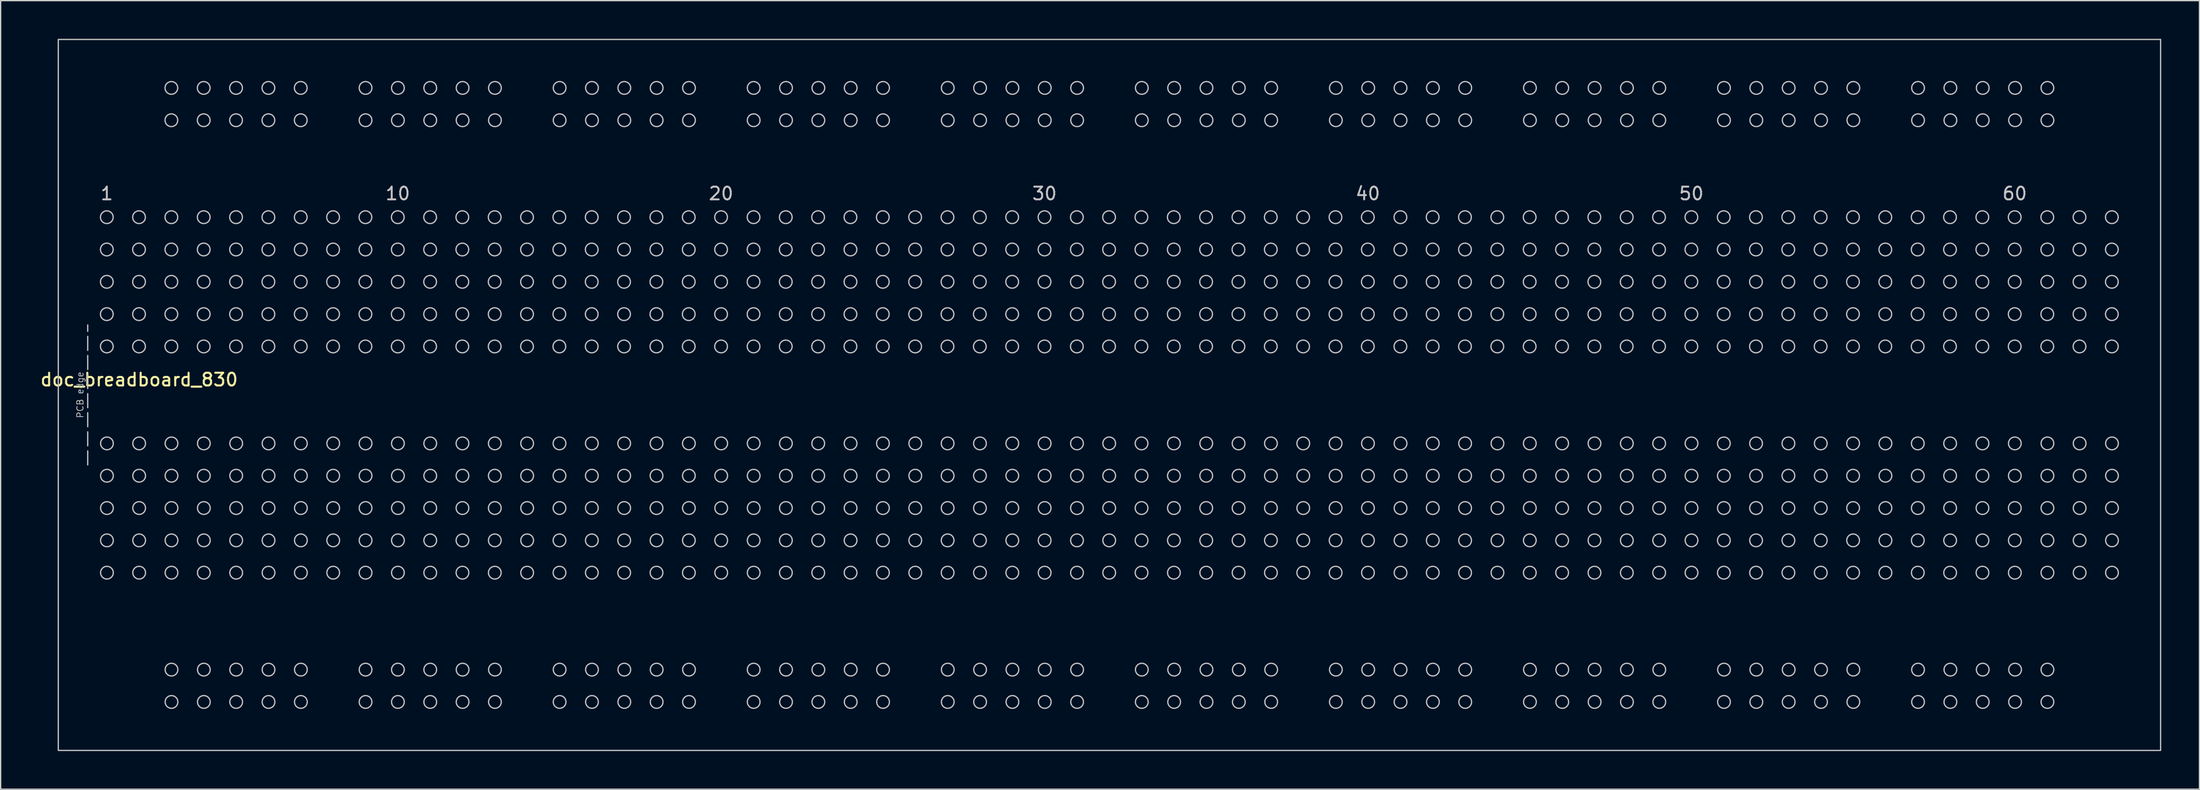
<source format=kicad_pcb>
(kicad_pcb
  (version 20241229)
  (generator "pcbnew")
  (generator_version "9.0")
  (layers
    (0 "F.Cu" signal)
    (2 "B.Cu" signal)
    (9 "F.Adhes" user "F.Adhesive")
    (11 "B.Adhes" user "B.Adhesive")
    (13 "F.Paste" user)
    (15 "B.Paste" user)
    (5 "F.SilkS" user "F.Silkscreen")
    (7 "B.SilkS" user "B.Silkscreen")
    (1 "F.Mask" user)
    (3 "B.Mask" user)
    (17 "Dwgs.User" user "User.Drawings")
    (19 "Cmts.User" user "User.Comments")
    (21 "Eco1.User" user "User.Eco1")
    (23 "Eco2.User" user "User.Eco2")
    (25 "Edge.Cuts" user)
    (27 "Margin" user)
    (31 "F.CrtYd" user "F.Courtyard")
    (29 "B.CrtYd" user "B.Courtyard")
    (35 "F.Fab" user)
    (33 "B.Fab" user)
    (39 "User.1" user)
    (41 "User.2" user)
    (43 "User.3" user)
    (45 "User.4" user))
  (footprint "doc_breadboard_830"
    (layer "F.Cu")
    (at 5.338 27.99)
    (property "Reference" "doc_breadboard_830" (at 2.54 -1.2 0) (layer "F.SilkS") (effects (font (size 1 1) (thickness 0.16))))
    (attr board_only exclude_from_pos_files exclude_from_bom allow_missing_courtyard dnp)
    (fp_line (start -1.5 5.5) (end -1.5 -5.5) (stroke (width 0.1) (type dash)) (layer "Dwgs.User"))
    (fp_rect (start -3.81 -27.94) (end 161.29 27.94) (stroke (width 0.1) (type solid)) (fill no) (layer "Dwgs.User"))
    (fp_circle (center 0 -13.97) (end 0.5 -13.97) (stroke (width 0.1) (type solid)) (fill no) (layer "Dwgs.User"))
    (fp_circle (center 0 -11.43) (end 0.5 -11.43) (stroke (width 0.1) (type solid)) (fill no) (layer "Dwgs.User"))
    (fp_circle (center 0 -8.89) (end 0.5 -8.89) (stroke (width 0.1) (type solid)) (fill no) (layer "Dwgs.User"))
    (fp_circle (center 0 -6.35) (end 0.5 -6.35) (stroke (width 0.1) (type solid)) (fill no) (layer "Dwgs.User"))
    (fp_circle (center 0 -3.81) (end 0.5 -3.81) (stroke (width 0.1) (type solid)) (fill no) (layer "Dwgs.User"))
    (fp_circle (center 0.01 3.81) (end -0.49 3.81) (stroke (width 0.1) (type solid)) (fill no) (layer "Dwgs.User"))
    (fp_circle (center 0.01 6.35) (end -0.49 6.35) (stroke (width 0.1) (type solid)) (fill no) (layer "Dwgs.User"))
    (fp_circle (center 0.01 8.89) (end -0.49 8.89) (stroke (width 0.1) (type solid)) (fill no) (layer "Dwgs.User"))
    (fp_circle (center 0.01 11.43) (end -0.49 11.43) (stroke (width 0.1) (type solid)) (fill no) (layer "Dwgs.User"))
    (fp_circle (center 0.01 13.97) (end -0.49 13.97) (stroke (width 0.1) (type solid)) (fill no) (layer "Dwgs.User"))
    (fp_circle (center 2.53 -13.97) (end 3.03 -13.97) (stroke (width 0.1) (type solid)) (fill no) (layer "Dwgs.User"))
    (fp_circle (center 2.53 -11.43) (end 3.03 -11.43) (stroke (width 0.1) (type solid)) (fill no) (layer "Dwgs.User"))
    (fp_circle (center 2.53 -8.89) (end 3.03 -8.89) (stroke (width 0.1) (type solid)) (fill no) (layer "Dwgs.User"))
    (fp_circle (center 2.53 -6.35) (end 3.03 -6.35) (stroke (width 0.1) (type solid)) (fill no) (layer "Dwgs.User"))
    (fp_circle (center 2.53 -3.81) (end 3.03 -3.81) (stroke (width 0.1) (type solid)) (fill no) (layer "Dwgs.User"))
    (fp_circle (center 2.54 3.81) (end 2.04 3.81) (stroke (width 0.1) (type solid)) (fill no) (layer "Dwgs.User"))
    (fp_circle (center 2.54 6.35) (end 2.04 6.35) (stroke (width 0.1) (type solid)) (fill no) (layer "Dwgs.User"))
    (fp_circle (center 2.54 8.89) (end 2.04 8.89) (stroke (width 0.1) (type solid)) (fill no) (layer "Dwgs.User"))
    (fp_circle (center 2.54 11.43) (end 2.04 11.43) (stroke (width 0.1) (type solid)) (fill no) (layer "Dwgs.User"))
    (fp_circle (center 2.54 13.97) (end 2.04 13.97) (stroke (width 0.1) (type solid)) (fill no) (layer "Dwgs.User"))
    (fp_circle (center 5.07 -24.13) (end 5.57 -24.13) (stroke (width 0.1) (type solid)) (fill no) (layer "Dwgs.User"))
    (fp_circle (center 5.07 -21.59) (end 5.57 -21.59) (stroke (width 0.1) (type solid)) (fill no) (layer "Dwgs.User"))
    (fp_circle (center 5.07 -13.97) (end 5.57 -13.97) (stroke (width 0.1) (type solid)) (fill no) (layer "Dwgs.User"))
    (fp_circle (center 5.07 -11.43) (end 5.57 -11.43) (stroke (width 0.1) (type solid)) (fill no) (layer "Dwgs.User"))
    (fp_circle (center 5.07 -8.89) (end 5.57 -8.89) (stroke (width 0.1) (type solid)) (fill no) (layer "Dwgs.User"))
    (fp_circle (center 5.07 -6.35) (end 5.57 -6.35) (stroke (width 0.1) (type solid)) (fill no) (layer "Dwgs.User"))
    (fp_circle (center 5.07 -3.81) (end 5.57 -3.81) (stroke (width 0.1) (type solid)) (fill no) (layer "Dwgs.User"))
    (fp_circle (center 5.08 3.81) (end 4.58 3.81) (stroke (width 0.1) (type solid)) (fill no) (layer "Dwgs.User"))
    (fp_circle (center 5.08 6.35) (end 4.58 6.35) (stroke (width 0.1) (type solid)) (fill no) (layer "Dwgs.User"))
    (fp_circle (center 5.08 8.89) (end 4.58 8.89) (stroke (width 0.1) (type solid)) (fill no) (layer "Dwgs.User"))
    (fp_circle (center 5.08 11.43) (end 4.58 11.43) (stroke (width 0.1) (type solid)) (fill no) (layer "Dwgs.User"))
    (fp_circle (center 5.08 13.97) (end 4.58 13.97) (stroke (width 0.1) (type solid)) (fill no) (layer "Dwgs.User"))
    (fp_circle (center 5.08 21.59) (end 5.58 21.59) (stroke (width 0.1) (type solid)) (fill no) (layer "Dwgs.User"))
    (fp_circle (center 5.08 24.13) (end 5.58 24.13) (stroke (width 0.1) (type solid)) (fill no) (layer "Dwgs.User"))
    (fp_circle (center 7.61 -24.13) (end 8.11 -24.13) (stroke (width 0.1) (type solid)) (fill no) (layer "Dwgs.User"))
    (fp_circle (center 7.61 -21.59) (end 8.11 -21.59) (stroke (width 0.1) (type solid)) (fill no) (layer "Dwgs.User"))
    (fp_circle (center 7.61 -13.97) (end 8.11 -13.97) (stroke (width 0.1) (type solid)) (fill no) (layer "Dwgs.User"))
    (fp_circle (center 7.61 -11.43) (end 8.11 -11.43) (stroke (width 0.1) (type solid)) (fill no) (layer "Dwgs.User"))
    (fp_circle (center 7.61 -8.89) (end 8.11 -8.89) (stroke (width 0.1) (type solid)) (fill no) (layer "Dwgs.User"))
    (fp_circle (center 7.61 -6.35) (end 8.11 -6.35) (stroke (width 0.1) (type solid)) (fill no) (layer "Dwgs.User"))
    (fp_circle (center 7.61 -3.81) (end 8.11 -3.81) (stroke (width 0.1) (type solid)) (fill no) (layer "Dwgs.User"))
    (fp_circle (center 7.62 3.81) (end 7.12 3.81) (stroke (width 0.1) (type solid)) (fill no) (layer "Dwgs.User"))
    (fp_circle (center 7.62 6.35) (end 7.12 6.35) (stroke (width 0.1) (type solid)) (fill no) (layer "Dwgs.User"))
    (fp_circle (center 7.62 8.89) (end 7.12 8.89) (stroke (width 0.1) (type solid)) (fill no) (layer "Dwgs.User"))
    (fp_circle (center 7.62 11.43) (end 7.12 11.43) (stroke (width 0.1) (type solid)) (fill no) (layer "Dwgs.User"))
    (fp_circle (center 7.62 13.97) (end 7.12 13.97) (stroke (width 0.1) (type solid)) (fill no) (layer "Dwgs.User"))
    (fp_circle (center 7.62 21.59) (end 8.12 21.59) (stroke (width 0.1) (type solid)) (fill no) (layer "Dwgs.User"))
    (fp_circle (center 7.62 24.13) (end 8.12 24.13) (stroke (width 0.1) (type solid)) (fill no) (layer "Dwgs.User"))
    (fp_circle (center 10.15 -24.13) (end 10.65 -24.13) (stroke (width 0.1) (type solid)) (fill no) (layer "Dwgs.User"))
    (fp_circle (center 10.15 -21.59) (end 10.65 -21.59) (stroke (width 0.1) (type solid)) (fill no) (layer "Dwgs.User"))
    (fp_circle (center 10.15 -13.97) (end 10.65 -13.97) (stroke (width 0.1) (type solid)) (fill no) (layer "Dwgs.User"))
    (fp_circle (center 10.15 -11.43) (end 10.65 -11.43) (stroke (width 0.1) (type solid)) (fill no) (layer "Dwgs.User"))
    (fp_circle (center 10.15 -8.89) (end 10.65 -8.89) (stroke (width 0.1) (type solid)) (fill no) (layer "Dwgs.User"))
    (fp_circle (center 10.15 -6.35) (end 10.65 -6.35) (stroke (width 0.1) (type solid)) (fill no) (layer "Dwgs.User"))
    (fp_circle (center 10.15 -3.81) (end 10.65 -3.81) (stroke (width 0.1) (type solid)) (fill no) (layer "Dwgs.User"))
    (fp_circle (center 10.16 3.81) (end 9.66 3.81) (stroke (width 0.1) (type solid)) (fill no) (layer "Dwgs.User"))
    (fp_circle (center 10.16 6.35) (end 9.66 6.35) (stroke (width 0.1) (type solid)) (fill no) (layer "Dwgs.User"))
    (fp_circle (center 10.16 8.89) (end 9.66 8.89) (stroke (width 0.1) (type solid)) (fill no) (layer "Dwgs.User"))
    (fp_circle (center 10.16 11.43) (end 9.66 11.43) (stroke (width 0.1) (type solid)) (fill no) (layer "Dwgs.User"))
    (fp_circle (center 10.16 13.97) (end 9.66 13.97) (stroke (width 0.1) (type solid)) (fill no) (layer "Dwgs.User"))
    (fp_circle (center 10.16 21.59) (end 10.66 21.59) (stroke (width 0.1) (type solid)) (fill no) (layer "Dwgs.User"))
    (fp_circle (center 10.16 24.13) (end 10.66 24.13) (stroke (width 0.1) (type solid)) (fill no) (layer "Dwgs.User"))
    (fp_circle (center 12.69 -24.13) (end 13.19 -24.13) (stroke (width 0.1) (type solid)) (fill no) (layer "Dwgs.User"))
    (fp_circle (center 12.69 -21.59) (end 13.19 -21.59) (stroke (width 0.1) (type solid)) (fill no) (layer "Dwgs.User"))
    (fp_circle (center 12.69 -13.97) (end 13.19 -13.97) (stroke (width 0.1) (type solid)) (fill no) (layer "Dwgs.User"))
    (fp_circle (center 12.69 -11.43) (end 13.19 -11.43) (stroke (width 0.1) (type solid)) (fill no) (layer "Dwgs.User"))
    (fp_circle (center 12.69 -8.89) (end 13.19 -8.89) (stroke (width 0.1) (type solid)) (fill no) (layer "Dwgs.User"))
    (fp_circle (center 12.69 -6.35) (end 13.19 -6.35) (stroke (width 0.1) (type solid)) (fill no) (layer "Dwgs.User"))
    (fp_circle (center 12.69 -3.81) (end 13.19 -3.81) (stroke (width 0.1) (type solid)) (fill no) (layer "Dwgs.User"))
    (fp_circle (center 12.7 3.81) (end 12.2 3.81) (stroke (width 0.1) (type solid)) (fill no) (layer "Dwgs.User"))
    (fp_circle (center 12.7 6.35) (end 12.2 6.35) (stroke (width 0.1) (type solid)) (fill no) (layer "Dwgs.User"))
    (fp_circle (center 12.7 8.89) (end 12.2 8.89) (stroke (width 0.1) (type solid)) (fill no) (layer "Dwgs.User"))
    (fp_circle (center 12.7 11.43) (end 12.2 11.43) (stroke (width 0.1) (type solid)) (fill no) (layer "Dwgs.User"))
    (fp_circle (center 12.7 13.97) (end 12.2 13.97) (stroke (width 0.1) (type solid)) (fill no) (layer "Dwgs.User"))
    (fp_circle (center 12.7 21.59) (end 13.2 21.59) (stroke (width 0.1) (type solid)) (fill no) (layer "Dwgs.User"))
    (fp_circle (center 12.7 24.13) (end 13.2 24.13) (stroke (width 0.1) (type solid)) (fill no) (layer "Dwgs.User"))
    (fp_circle (center 15.23 -24.13) (end 15.73 -24.13) (stroke (width 0.1) (type solid)) (fill no) (layer "Dwgs.User"))
    (fp_circle (center 15.23 -21.59) (end 15.73 -21.59) (stroke (width 0.1) (type solid)) (fill no) (layer "Dwgs.User"))
    (fp_circle (center 15.23 -13.97) (end 15.73 -13.97) (stroke (width 0.1) (type solid)) (fill no) (layer "Dwgs.User"))
    (fp_circle (center 15.23 -11.43) (end 15.73 -11.43) (stroke (width 0.1) (type solid)) (fill no) (layer "Dwgs.User"))
    (fp_circle (center 15.23 -8.89) (end 15.73 -8.89) (stroke (width 0.1) (type solid)) (fill no) (layer "Dwgs.User"))
    (fp_circle (center 15.23 -6.35) (end 15.73 -6.35) (stroke (width 0.1) (type solid)) (fill no) (layer "Dwgs.User"))
    (fp_circle (center 15.23 -3.81) (end 15.73 -3.81) (stroke (width 0.1) (type solid)) (fill no) (layer "Dwgs.User"))
    (fp_circle (center 15.24 3.81) (end 14.74 3.81) (stroke (width 0.1) (type solid)) (fill no) (layer "Dwgs.User"))
    (fp_circle (center 15.24 6.35) (end 14.74 6.35) (stroke (width 0.1) (type solid)) (fill no) (layer "Dwgs.User"))
    (fp_circle (center 15.24 8.89) (end 14.74 8.89) (stroke (width 0.1) (type solid)) (fill no) (layer "Dwgs.User"))
    (fp_circle (center 15.24 11.43) (end 14.74 11.43) (stroke (width 0.1) (type solid)) (fill no) (layer "Dwgs.User"))
    (fp_circle (center 15.24 13.97) (end 14.74 13.97) (stroke (width 0.1) (type solid)) (fill no) (layer "Dwgs.User"))
    (fp_circle (center 15.24 21.59) (end 15.74 21.59) (stroke (width 0.1) (type solid)) (fill no) (layer "Dwgs.User"))
    (fp_circle (center 15.24 24.13) (end 15.74 24.13) (stroke (width 0.1) (type solid)) (fill no) (layer "Dwgs.User"))
    (fp_circle (center 17.77 -13.97) (end 18.27 -13.97) (stroke (width 0.1) (type solid)) (fill no) (layer "Dwgs.User"))
    (fp_circle (center 17.77 -11.43) (end 18.27 -11.43) (stroke (width 0.1) (type solid)) (fill no) (layer "Dwgs.User"))
    (fp_circle (center 17.77 -8.89) (end 18.27 -8.89) (stroke (width 0.1) (type solid)) (fill no) (layer "Dwgs.User"))
    (fp_circle (center 17.77 -6.35) (end 18.27 -6.35) (stroke (width 0.1) (type solid)) (fill no) (layer "Dwgs.User"))
    (fp_circle (center 17.77 -3.81) (end 18.27 -3.81) (stroke (width 0.1) (type solid)) (fill no) (layer "Dwgs.User"))
    (fp_circle (center 17.78 3.81) (end 17.28 3.81) (stroke (width 0.1) (type solid)) (fill no) (layer "Dwgs.User"))
    (fp_circle (center 17.78 6.35) (end 17.28 6.35) (stroke (width 0.1) (type solid)) (fill no) (layer "Dwgs.User"))
    (fp_circle (center 17.78 8.89) (end 17.28 8.89) (stroke (width 0.1) (type solid)) (fill no) (layer "Dwgs.User"))
    (fp_circle (center 17.78 11.43) (end 17.28 11.43) (stroke (width 0.1) (type solid)) (fill no) (layer "Dwgs.User"))
    (fp_circle (center 17.78 13.97) (end 17.28 13.97) (stroke (width 0.1) (type solid)) (fill no) (layer "Dwgs.User"))
    (fp_circle (center 20.31 -13.97) (end 20.81 -13.97) (stroke (width 0.1) (type solid)) (fill no) (layer "Dwgs.User"))
    (fp_circle (center 20.31 -11.43) (end 20.81 -11.43) (stroke (width 0.1) (type solid)) (fill no) (layer "Dwgs.User"))
    (fp_circle (center 20.31 -8.89) (end 20.81 -8.89) (stroke (width 0.1) (type solid)) (fill no) (layer "Dwgs.User"))
    (fp_circle (center 20.31 -6.35) (end 20.81 -6.35) (stroke (width 0.1) (type solid)) (fill no) (layer "Dwgs.User"))
    (fp_circle (center 20.31 -3.81) (end 20.81 -3.81) (stroke (width 0.1) (type solid)) (fill no) (layer "Dwgs.User"))
    (fp_circle (center 20.32 -24.13) (end 20.82 -24.13) (stroke (width 0.1) (type solid)) (fill no) (layer "Dwgs.User"))
    (fp_circle (center 20.32 -21.59) (end 20.82 -21.59) (stroke (width 0.1) (type solid)) (fill no) (layer "Dwgs.User"))
    (fp_circle (center 20.32 3.81) (end 19.82 3.81) (stroke (width 0.1) (type solid)) (fill no) (layer "Dwgs.User"))
    (fp_circle (center 20.32 6.35) (end 19.82 6.35) (stroke (width 0.1) (type solid)) (fill no) (layer "Dwgs.User"))
    (fp_circle (center 20.32 8.89) (end 19.82 8.89) (stroke (width 0.1) (type solid)) (fill no) (layer "Dwgs.User"))
    (fp_circle (center 20.32 11.43) (end 19.82 11.43) (stroke (width 0.1) (type solid)) (fill no) (layer "Dwgs.User"))
    (fp_circle (center 20.32 13.97) (end 19.82 13.97) (stroke (width 0.1) (type solid)) (fill no) (layer "Dwgs.User"))
    (fp_circle (center 20.32 21.59) (end 20.82 21.59) (stroke (width 0.1) (type solid)) (fill no) (layer "Dwgs.User"))
    (fp_circle (center 20.32 24.13) (end 20.82 24.13) (stroke (width 0.1) (type solid)) (fill no) (layer "Dwgs.User"))
    (fp_circle (center 22.85 -13.97) (end 23.35 -13.97) (stroke (width 0.1) (type solid)) (fill no) (layer "Dwgs.User"))
    (fp_circle (center 22.85 -11.43) (end 23.35 -11.43) (stroke (width 0.1) (type solid)) (fill no) (layer "Dwgs.User"))
    (fp_circle (center 22.85 -8.89) (end 23.35 -8.89) (stroke (width 0.1) (type solid)) (fill no) (layer "Dwgs.User"))
    (fp_circle (center 22.85 -6.35) (end 23.35 -6.35) (stroke (width 0.1) (type solid)) (fill no) (layer "Dwgs.User"))
    (fp_circle (center 22.85 -3.81) (end 23.35 -3.81) (stroke (width 0.1) (type solid)) (fill no) (layer "Dwgs.User"))
    (fp_circle (center 22.86 -24.13) (end 23.36 -24.13) (stroke (width 0.1) (type solid)) (fill no) (layer "Dwgs.User"))
    (fp_circle (center 22.86 -21.59) (end 23.36 -21.59) (stroke (width 0.1) (type solid)) (fill no) (layer "Dwgs.User"))
    (fp_circle (center 22.86 3.81) (end 22.36 3.81) (stroke (width 0.1) (type solid)) (fill no) (layer "Dwgs.User"))
    (fp_circle (center 22.86 6.35) (end 22.36 6.35) (stroke (width 0.1) (type solid)) (fill no) (layer "Dwgs.User"))
    (fp_circle (center 22.86 8.89) (end 22.36 8.89) (stroke (width 0.1) (type solid)) (fill no) (layer "Dwgs.User"))
    (fp_circle (center 22.86 11.43) (end 22.36 11.43) (stroke (width 0.1) (type solid)) (fill no) (layer "Dwgs.User"))
    (fp_circle (center 22.86 13.97) (end 22.36 13.97) (stroke (width 0.1) (type solid)) (fill no) (layer "Dwgs.User"))
    (fp_circle (center 22.86 21.59) (end 23.36 21.59) (stroke (width 0.1) (type solid)) (fill no) (layer "Dwgs.User"))
    (fp_circle (center 22.86 24.13) (end 23.36 24.13) (stroke (width 0.1) (type solid)) (fill no) (layer "Dwgs.User"))
    (fp_circle (center 25.39 -13.97) (end 25.89 -13.97) (stroke (width 0.1) (type solid)) (fill no) (layer "Dwgs.User"))
    (fp_circle (center 25.39 -11.43) (end 25.89 -11.43) (stroke (width 0.1) (type solid)) (fill no) (layer "Dwgs.User"))
    (fp_circle (center 25.39 -8.89) (end 25.89 -8.89) (stroke (width 0.1) (type solid)) (fill no) (layer "Dwgs.User"))
    (fp_circle (center 25.39 -6.35) (end 25.89 -6.35) (stroke (width 0.1) (type solid)) (fill no) (layer "Dwgs.User"))
    (fp_circle (center 25.39 -3.81) (end 25.89 -3.81) (stroke (width 0.1) (type solid)) (fill no) (layer "Dwgs.User"))
    (fp_circle (center 25.4 -24.13) (end 25.9 -24.13) (stroke (width 0.1) (type solid)) (fill no) (layer "Dwgs.User"))
    (fp_circle (center 25.4 -21.59) (end 25.9 -21.59) (stroke (width 0.1) (type solid)) (fill no) (layer "Dwgs.User"))
    (fp_circle (center 25.4 3.81) (end 24.9 3.81) (stroke (width 0.1) (type solid)) (fill no) (layer "Dwgs.User"))
    (fp_circle (center 25.4 6.35) (end 24.9 6.35) (stroke (width 0.1) (type solid)) (fill no) (layer "Dwgs.User"))
    (fp_circle (center 25.4 8.89) (end 24.9 8.89) (stroke (width 0.1) (type solid)) (fill no) (layer "Dwgs.User"))
    (fp_circle (center 25.4 11.43) (end 24.9 11.43) (stroke (width 0.1) (type solid)) (fill no) (layer "Dwgs.User"))
    (fp_circle (center 25.4 13.97) (end 24.9 13.97) (stroke (width 0.1) (type solid)) (fill no) (layer "Dwgs.User"))
    (fp_circle (center 25.4 21.59) (end 25.9 21.59) (stroke (width 0.1) (type solid)) (fill no) (layer "Dwgs.User"))
    (fp_circle (center 25.4 24.13) (end 25.9 24.13) (stroke (width 0.1) (type solid)) (fill no) (layer "Dwgs.User"))
    (fp_circle (center 27.92 -13.97) (end 28.42 -13.97) (stroke (width 0.1) (type solid)) (fill no) (layer "Dwgs.User"))
    (fp_circle (center 27.92 -11.43) (end 28.42 -11.43) (stroke (width 0.1) (type solid)) (fill no) (layer "Dwgs.User"))
    (fp_circle (center 27.92 -8.89) (end 28.42 -8.89) (stroke (width 0.1) (type solid)) (fill no) (layer "Dwgs.User"))
    (fp_circle (center 27.92 -6.35) (end 28.42 -6.35) (stroke (width 0.1) (type solid)) (fill no) (layer "Dwgs.User"))
    (fp_circle (center 27.92 -3.81) (end 28.42 -3.81) (stroke (width 0.1) (type solid)) (fill no) (layer "Dwgs.User"))
    (fp_circle (center 27.93 3.81) (end 27.43 3.81) (stroke (width 0.1) (type solid)) (fill no) (layer "Dwgs.User"))
    (fp_circle (center 27.93 6.35) (end 27.43 6.35) (stroke (width 0.1) (type solid)) (fill no) (layer "Dwgs.User"))
    (fp_circle (center 27.93 8.89) (end 27.43 8.89) (stroke (width 0.1) (type solid)) (fill no) (layer "Dwgs.User"))
    (fp_circle (center 27.93 11.43) (end 27.43 11.43) (stroke (width 0.1) (type solid)) (fill no) (layer "Dwgs.User"))
    (fp_circle (center 27.93 13.97) (end 27.43 13.97) (stroke (width 0.1) (type solid)) (fill no) (layer "Dwgs.User"))
    (fp_circle (center 27.94 -24.13) (end 28.44 -24.13) (stroke (width 0.1) (type solid)) (fill no) (layer "Dwgs.User"))
    (fp_circle (center 27.94 -21.59) (end 28.44 -21.59) (stroke (width 0.1) (type solid)) (fill no) (layer "Dwgs.User"))
    (fp_circle (center 27.94 21.59) (end 28.44 21.59) (stroke (width 0.1) (type solid)) (fill no) (layer "Dwgs.User"))
    (fp_circle (center 27.94 24.13) (end 28.44 24.13) (stroke (width 0.1) (type solid)) (fill no) (layer "Dwgs.User"))
    (fp_circle (center 30.46 -13.97) (end 30.96 -13.97) (stroke (width 0.1) (type solid)) (fill no) (layer "Dwgs.User"))
    (fp_circle (center 30.46 -11.43) (end 30.96 -11.43) (stroke (width 0.1) (type solid)) (fill no) (layer "Dwgs.User"))
    (fp_circle (center 30.46 -8.89) (end 30.96 -8.89) (stroke (width 0.1) (type solid)) (fill no) (layer "Dwgs.User"))
    (fp_circle (center 30.46 -6.35) (end 30.96 -6.35) (stroke (width 0.1) (type solid)) (fill no) (layer "Dwgs.User"))
    (fp_circle (center 30.46 -3.81) (end 30.96 -3.81) (stroke (width 0.1) (type solid)) (fill no) (layer "Dwgs.User"))
    (fp_circle (center 30.47 3.81) (end 29.97 3.81) (stroke (width 0.1) (type solid)) (fill no) (layer "Dwgs.User"))
    (fp_circle (center 30.47 6.35) (end 29.97 6.35) (stroke (width 0.1) (type solid)) (fill no) (layer "Dwgs.User"))
    (fp_circle (center 30.47 8.89) (end 29.97 8.89) (stroke (width 0.1) (type solid)) (fill no) (layer "Dwgs.User"))
    (fp_circle (center 30.47 11.43) (end 29.97 11.43) (stroke (width 0.1) (type solid)) (fill no) (layer "Dwgs.User"))
    (fp_circle (center 30.47 13.97) (end 29.97 13.97) (stroke (width 0.1) (type solid)) (fill no) (layer "Dwgs.User"))
    (fp_circle (center 30.48 -24.13) (end 30.98 -24.13) (stroke (width 0.1) (type solid)) (fill no) (layer "Dwgs.User"))
    (fp_circle (center 30.48 -21.59) (end 30.98 -21.59) (stroke (width 0.1) (type solid)) (fill no) (layer "Dwgs.User"))
    (fp_circle (center 30.48 21.59) (end 30.98 21.59) (stroke (width 0.1) (type solid)) (fill no) (layer "Dwgs.User"))
    (fp_circle (center 30.48 24.13) (end 30.98 24.13) (stroke (width 0.1) (type solid)) (fill no) (layer "Dwgs.User"))
    (fp_circle (center 33 -13.97) (end 33.5 -13.97) (stroke (width 0.1) (type solid)) (fill no) (layer "Dwgs.User"))
    (fp_circle (center 33 -11.43) (end 33.5 -11.43) (stroke (width 0.1) (type solid)) (fill no) (layer "Dwgs.User"))
    (fp_circle (center 33 -8.89) (end 33.5 -8.89) (stroke (width 0.1) (type solid)) (fill no) (layer "Dwgs.User"))
    (fp_circle (center 33 -6.35) (end 33.5 -6.35) (stroke (width 0.1) (type solid)) (fill no) (layer "Dwgs.User"))
    (fp_circle (center 33 -3.81) (end 33.5 -3.81) (stroke (width 0.1) (type solid)) (fill no) (layer "Dwgs.User"))
    (fp_circle (center 33.01 3.81) (end 32.51 3.81) (stroke (width 0.1) (type solid)) (fill no) (layer "Dwgs.User"))
    (fp_circle (center 33.01 6.35) (end 32.51 6.35) (stroke (width 0.1) (type solid)) (fill no) (layer "Dwgs.User"))
    (fp_circle (center 33.01 8.89) (end 32.51 8.89) (stroke (width 0.1) (type solid)) (fill no) (layer "Dwgs.User"))
    (fp_circle (center 33.01 11.43) (end 32.51 11.43) (stroke (width 0.1) (type solid)) (fill no) (layer "Dwgs.User"))
    (fp_circle (center 33.01 13.97) (end 32.51 13.97) (stroke (width 0.1) (type solid)) (fill no) (layer "Dwgs.User"))
    (fp_circle (center 35.54 -13.97) (end 36.04 -13.97) (stroke (width 0.1) (type solid)) (fill no) (layer "Dwgs.User"))
    (fp_circle (center 35.54 -11.43) (end 36.04 -11.43) (stroke (width 0.1) (type solid)) (fill no) (layer "Dwgs.User"))
    (fp_circle (center 35.54 -8.89) (end 36.04 -8.89) (stroke (width 0.1) (type solid)) (fill no) (layer "Dwgs.User"))
    (fp_circle (center 35.54 -6.35) (end 36.04 -6.35) (stroke (width 0.1) (type solid)) (fill no) (layer "Dwgs.User"))
    (fp_circle (center 35.54 -3.81) (end 36.04 -3.81) (stroke (width 0.1) (type solid)) (fill no) (layer "Dwgs.User"))
    (fp_circle (center 35.55 3.81) (end 35.05 3.81) (stroke (width 0.1) (type solid)) (fill no) (layer "Dwgs.User"))
    (fp_circle (center 35.55 6.35) (end 35.05 6.35) (stroke (width 0.1) (type solid)) (fill no) (layer "Dwgs.User"))
    (fp_circle (center 35.55 8.89) (end 35.05 8.89) (stroke (width 0.1) (type solid)) (fill no) (layer "Dwgs.User"))
    (fp_circle (center 35.55 11.43) (end 35.05 11.43) (stroke (width 0.1) (type solid)) (fill no) (layer "Dwgs.User"))
    (fp_circle (center 35.55 13.97) (end 35.05 13.97) (stroke (width 0.1) (type solid)) (fill no) (layer "Dwgs.User"))
    (fp_circle (center 35.56 -24.13) (end 36.06 -24.13) (stroke (width 0.1) (type solid)) (fill no) (layer "Dwgs.User"))
    (fp_circle (center 35.56 -21.59) (end 36.06 -21.59) (stroke (width 0.1) (type solid)) (fill no) (layer "Dwgs.User"))
    (fp_circle (center 35.56 21.59) (end 36.06 21.59) (stroke (width 0.1) (type solid)) (fill no) (layer "Dwgs.User"))
    (fp_circle (center 35.56 24.13) (end 36.06 24.13) (stroke (width 0.1) (type solid)) (fill no) (layer "Dwgs.User"))
    (fp_circle (center 38.08 -13.97) (end 38.58 -13.97) (stroke (width 0.1) (type solid)) (fill no) (layer "Dwgs.User"))
    (fp_circle (center 38.08 -11.43) (end 38.58 -11.43) (stroke (width 0.1) (type solid)) (fill no) (layer "Dwgs.User"))
    (fp_circle (center 38.08 -8.89) (end 38.58 -8.89) (stroke (width 0.1) (type solid)) (fill no) (layer "Dwgs.User"))
    (fp_circle (center 38.08 -6.35) (end 38.58 -6.35) (stroke (width 0.1) (type solid)) (fill no) (layer "Dwgs.User"))
    (fp_circle (center 38.08 -3.81) (end 38.58 -3.81) (stroke (width 0.1) (type solid)) (fill no) (layer "Dwgs.User"))
    (fp_circle (center 38.09 3.81) (end 37.59 3.81) (stroke (width 0.1) (type solid)) (fill no) (layer "Dwgs.User"))
    (fp_circle (center 38.09 6.35) (end 37.59 6.35) (stroke (width 0.1) (type solid)) (fill no) (layer "Dwgs.User"))
    (fp_circle (center 38.09 8.89) (end 37.59 8.89) (stroke (width 0.1) (type solid)) (fill no) (layer "Dwgs.User"))
    (fp_circle (center 38.09 11.43) (end 37.59 11.43) (stroke (width 0.1) (type solid)) (fill no) (layer "Dwgs.User"))
    (fp_circle (center 38.09 13.97) (end 37.59 13.97) (stroke (width 0.1) (type solid)) (fill no) (layer "Dwgs.User"))
    (fp_circle (center 38.1 -24.13) (end 38.6 -24.13) (stroke (width 0.1) (type solid)) (fill no) (layer "Dwgs.User"))
    (fp_circle (center 38.1 -21.59) (end 38.6 -21.59) (stroke (width 0.1) (type solid)) (fill no) (layer "Dwgs.User"))
    (fp_circle (center 38.1 21.59) (end 38.6 21.59) (stroke (width 0.1) (type solid)) (fill no) (layer "Dwgs.User"))
    (fp_circle (center 38.1 24.13) (end 38.6 24.13) (stroke (width 0.1) (type solid)) (fill no) (layer "Dwgs.User"))
    (fp_circle (center 40.62 -13.97) (end 41.12 -13.97) (stroke (width 0.1) (type solid)) (fill no) (layer "Dwgs.User"))
    (fp_circle (center 40.62 -11.43) (end 41.12 -11.43) (stroke (width 0.1) (type solid)) (fill no) (layer "Dwgs.User"))
    (fp_circle (center 40.62 -8.89) (end 41.12 -8.89) (stroke (width 0.1) (type solid)) (fill no) (layer "Dwgs.User"))
    (fp_circle (center 40.62 -6.35) (end 41.12 -6.35) (stroke (width 0.1) (type solid)) (fill no) (layer "Dwgs.User"))
    (fp_circle (center 40.62 -3.81) (end 41.12 -3.81) (stroke (width 0.1) (type solid)) (fill no) (layer "Dwgs.User"))
    (fp_circle (center 40.63 3.81) (end 40.13 3.81) (stroke (width 0.1) (type solid)) (fill no) (layer "Dwgs.User"))
    (fp_circle (center 40.63 6.35) (end 40.13 6.35) (stroke (width 0.1) (type solid)) (fill no) (layer "Dwgs.User"))
    (fp_circle (center 40.63 8.89) (end 40.13 8.89) (stroke (width 0.1) (type solid)) (fill no) (layer "Dwgs.User"))
    (fp_circle (center 40.63 11.43) (end 40.13 11.43) (stroke (width 0.1) (type solid)) (fill no) (layer "Dwgs.User"))
    (fp_circle (center 40.63 13.97) (end 40.13 13.97) (stroke (width 0.1) (type solid)) (fill no) (layer "Dwgs.User"))
    (fp_circle (center 40.64 -24.13) (end 41.14 -24.13) (stroke (width 0.1) (type solid)) (fill no) (layer "Dwgs.User"))
    (fp_circle (center 40.64 -21.59) (end 41.14 -21.59) (stroke (width 0.1) (type solid)) (fill no) (layer "Dwgs.User"))
    (fp_circle (center 40.64 21.59) (end 41.14 21.59) (stroke (width 0.1) (type solid)) (fill no) (layer "Dwgs.User"))
    (fp_circle (center 40.64 24.13) (end 41.14 24.13) (stroke (width 0.1) (type solid)) (fill no) (layer "Dwgs.User"))
    (fp_circle (center 43.16 -13.97) (end 43.66 -13.97) (stroke (width 0.1) (type solid)) (fill no) (layer "Dwgs.User"))
    (fp_circle (center 43.16 -11.43) (end 43.66 -11.43) (stroke (width 0.1) (type solid)) (fill no) (layer "Dwgs.User"))
    (fp_circle (center 43.16 -8.89) (end 43.66 -8.89) (stroke (width 0.1) (type solid)) (fill no) (layer "Dwgs.User"))
    (fp_circle (center 43.16 -6.35) (end 43.66 -6.35) (stroke (width 0.1) (type solid)) (fill no) (layer "Dwgs.User"))
    (fp_circle (center 43.16 -3.81) (end 43.66 -3.81) (stroke (width 0.1) (type solid)) (fill no) (layer "Dwgs.User"))
    (fp_circle (center 43.17 3.81) (end 42.67 3.81) (stroke (width 0.1) (type solid)) (fill no) (layer "Dwgs.User"))
    (fp_circle (center 43.17 6.35) (end 42.67 6.35) (stroke (width 0.1) (type solid)) (fill no) (layer "Dwgs.User"))
    (fp_circle (center 43.17 8.89) (end 42.67 8.89) (stroke (width 0.1) (type solid)) (fill no) (layer "Dwgs.User"))
    (fp_circle (center 43.17 11.43) (end 42.67 11.43) (stroke (width 0.1) (type solid)) (fill no) (layer "Dwgs.User"))
    (fp_circle (center 43.17 13.97) (end 42.67 13.97) (stroke (width 0.1) (type solid)) (fill no) (layer "Dwgs.User"))
    (fp_circle (center 43.18 -24.13) (end 43.68 -24.13) (stroke (width 0.1) (type solid)) (fill no) (layer "Dwgs.User"))
    (fp_circle (center 43.18 -21.59) (end 43.68 -21.59) (stroke (width 0.1) (type solid)) (fill no) (layer "Dwgs.User"))
    (fp_circle (center 43.18 21.59) (end 43.68 21.59) (stroke (width 0.1) (type solid)) (fill no) (layer "Dwgs.User"))
    (fp_circle (center 43.18 24.13) (end 43.68 24.13) (stroke (width 0.1) (type solid)) (fill no) (layer "Dwgs.User"))
    (fp_circle (center 45.7 -13.97) (end 46.2 -13.97) (stroke (width 0.1) (type solid)) (fill no) (layer "Dwgs.User"))
    (fp_circle (center 45.7 -11.43) (end 46.2 -11.43) (stroke (width 0.1) (type solid)) (fill no) (layer "Dwgs.User"))
    (fp_circle (center 45.7 -8.89) (end 46.2 -8.89) (stroke (width 0.1) (type solid)) (fill no) (layer "Dwgs.User"))
    (fp_circle (center 45.7 -6.35) (end 46.2 -6.35) (stroke (width 0.1) (type solid)) (fill no) (layer "Dwgs.User"))
    (fp_circle (center 45.7 -3.81) (end 46.2 -3.81) (stroke (width 0.1) (type solid)) (fill no) (layer "Dwgs.User"))
    (fp_circle (center 45.71 3.81) (end 45.21 3.81) (stroke (width 0.1) (type solid)) (fill no) (layer "Dwgs.User"))
    (fp_circle (center 45.71 6.35) (end 45.21 6.35) (stroke (width 0.1) (type solid)) (fill no) (layer "Dwgs.User"))
    (fp_circle (center 45.71 8.89) (end 45.21 8.89) (stroke (width 0.1) (type solid)) (fill no) (layer "Dwgs.User"))
    (fp_circle (center 45.71 11.43) (end 45.21 11.43) (stroke (width 0.1) (type solid)) (fill no) (layer "Dwgs.User"))
    (fp_circle (center 45.71 13.97) (end 45.21 13.97) (stroke (width 0.1) (type solid)) (fill no) (layer "Dwgs.User"))
    (fp_circle (center 45.72 -24.13) (end 46.22 -24.13) (stroke (width 0.1) (type solid)) (fill no) (layer "Dwgs.User"))
    (fp_circle (center 45.72 -21.59) (end 46.22 -21.59) (stroke (width 0.1) (type solid)) (fill no) (layer "Dwgs.User"))
    (fp_circle (center 45.72 21.59) (end 46.22 21.59) (stroke (width 0.1) (type solid)) (fill no) (layer "Dwgs.User"))
    (fp_circle (center 45.72 24.13) (end 46.22 24.13) (stroke (width 0.1) (type solid)) (fill no) (layer "Dwgs.User"))
    (fp_circle (center 48.24 -13.97) (end 48.74 -13.97) (stroke (width 0.1) (type solid)) (fill no) (layer "Dwgs.User"))
    (fp_circle (center 48.24 -11.43) (end 48.74 -11.43) (stroke (width 0.1) (type solid)) (fill no) (layer "Dwgs.User"))
    (fp_circle (center 48.24 -8.89) (end 48.74 -8.89) (stroke (width 0.1) (type solid)) (fill no) (layer "Dwgs.User"))
    (fp_circle (center 48.24 -6.35) (end 48.74 -6.35) (stroke (width 0.1) (type solid)) (fill no) (layer "Dwgs.User"))
    (fp_circle (center 48.24 -3.81) (end 48.74 -3.81) (stroke (width 0.1) (type solid)) (fill no) (layer "Dwgs.User"))
    (fp_circle (center 48.25 3.81) (end 47.75 3.81) (stroke (width 0.1) (type solid)) (fill no) (layer "Dwgs.User"))
    (fp_circle (center 48.25 6.35) (end 47.75 6.35) (stroke (width 0.1) (type solid)) (fill no) (layer "Dwgs.User"))
    (fp_circle (center 48.25 8.89) (end 47.75 8.89) (stroke (width 0.1) (type solid)) (fill no) (layer "Dwgs.User"))
    (fp_circle (center 48.25 11.43) (end 47.75 11.43) (stroke (width 0.1) (type solid)) (fill no) (layer "Dwgs.User"))
    (fp_circle (center 48.25 13.97) (end 47.75 13.97) (stroke (width 0.1) (type solid)) (fill no) (layer "Dwgs.User"))
    (fp_circle (center 50.79 -13.97) (end 51.29 -13.97) (stroke (width 0.1) (type solid)) (fill no) (layer "Dwgs.User"))
    (fp_circle (center 50.79 -11.43) (end 51.29 -11.43) (stroke (width 0.1) (type solid)) (fill no) (layer "Dwgs.User"))
    (fp_circle (center 50.79 -8.89) (end 51.29 -8.89) (stroke (width 0.1) (type solid)) (fill no) (layer "Dwgs.User"))
    (fp_circle (center 50.79 -6.35) (end 51.29 -6.35) (stroke (width 0.1) (type solid)) (fill no) (layer "Dwgs.User"))
    (fp_circle (center 50.79 -3.81) (end 51.29 -3.81) (stroke (width 0.1) (type solid)) (fill no) (layer "Dwgs.User"))
    (fp_circle (center 50.8 -24.13) (end 51.3 -24.13) (stroke (width 0.1) (type solid)) (fill no) (layer "Dwgs.User"))
    (fp_circle (center 50.8 -21.59) (end 51.3 -21.59) (stroke (width 0.1) (type solid)) (fill no) (layer "Dwgs.User"))
    (fp_circle (center 50.8 3.81) (end 50.3 3.81) (stroke (width 0.1) (type solid)) (fill no) (layer "Dwgs.User"))
    (fp_circle (center 50.8 6.35) (end 50.3 6.35) (stroke (width 0.1) (type solid)) (fill no) (layer "Dwgs.User"))
    (fp_circle (center 50.8 8.89) (end 50.3 8.89) (stroke (width 0.1) (type solid)) (fill no) (layer "Dwgs.User"))
    (fp_circle (center 50.8 11.43) (end 50.3 11.43) (stroke (width 0.1) (type solid)) (fill no) (layer "Dwgs.User"))
    (fp_circle (center 50.8 13.97) (end 50.3 13.97) (stroke (width 0.1) (type solid)) (fill no) (layer "Dwgs.User"))
    (fp_circle (center 50.8 21.59) (end 51.3 21.59) (stroke (width 0.1) (type solid)) (fill no) (layer "Dwgs.User"))
    (fp_circle (center 50.8 24.13) (end 51.3 24.13) (stroke (width 0.1) (type solid)) (fill no) (layer "Dwgs.User"))
    (fp_circle (center 53.32 -13.97) (end 53.82 -13.97) (stroke (width 0.1) (type solid)) (fill no) (layer "Dwgs.User"))
    (fp_circle (center 53.32 -11.43) (end 53.82 -11.43) (stroke (width 0.1) (type solid)) (fill no) (layer "Dwgs.User"))
    (fp_circle (center 53.32 -8.89) (end 53.82 -8.89) (stroke (width 0.1) (type solid)) (fill no) (layer "Dwgs.User"))
    (fp_circle (center 53.32 -6.35) (end 53.82 -6.35) (stroke (width 0.1) (type solid)) (fill no) (layer "Dwgs.User"))
    (fp_circle (center 53.32 -3.81) (end 53.82 -3.81) (stroke (width 0.1) (type solid)) (fill no) (layer "Dwgs.User"))
    (fp_circle (center 53.33 3.81) (end 52.83 3.81) (stroke (width 0.1) (type solid)) (fill no) (layer "Dwgs.User"))
    (fp_circle (center 53.33 6.35) (end 52.83 6.35) (stroke (width 0.1) (type solid)) (fill no) (layer "Dwgs.User"))
    (fp_circle (center 53.33 8.89) (end 52.83 8.89) (stroke (width 0.1) (type solid)) (fill no) (layer "Dwgs.User"))
    (fp_circle (center 53.33 11.43) (end 52.83 11.43) (stroke (width 0.1) (type solid)) (fill no) (layer "Dwgs.User"))
    (fp_circle (center 53.33 13.97) (end 52.83 13.97) (stroke (width 0.1) (type solid)) (fill no) (layer "Dwgs.User"))
    (fp_circle (center 53.34 -24.13) (end 53.84 -24.13) (stroke (width 0.1) (type solid)) (fill no) (layer "Dwgs.User"))
    (fp_circle (center 53.34 -21.59) (end 53.84 -21.59) (stroke (width 0.1) (type solid)) (fill no) (layer "Dwgs.User"))
    (fp_circle (center 53.34 21.59) (end 53.84 21.59) (stroke (width 0.1) (type solid)) (fill no) (layer "Dwgs.User"))
    (fp_circle (center 53.34 24.13) (end 53.84 24.13) (stroke (width 0.1) (type solid)) (fill no) (layer "Dwgs.User"))
    (fp_circle (center 55.86 -13.97) (end 56.36 -13.97) (stroke (width 0.1) (type solid)) (fill no) (layer "Dwgs.User"))
    (fp_circle (center 55.86 -11.43) (end 56.36 -11.43) (stroke (width 0.1) (type solid)) (fill no) (layer "Dwgs.User"))
    (fp_circle (center 55.86 -8.89) (end 56.36 -8.89) (stroke (width 0.1) (type solid)) (fill no) (layer "Dwgs.User"))
    (fp_circle (center 55.86 -6.35) (end 56.36 -6.35) (stroke (width 0.1) (type solid)) (fill no) (layer "Dwgs.User"))
    (fp_circle (center 55.86 -3.81) (end 56.36 -3.81) (stroke (width 0.1) (type solid)) (fill no) (layer "Dwgs.User"))
    (fp_circle (center 55.87 3.81) (end 55.37 3.81) (stroke (width 0.1) (type solid)) (fill no) (layer "Dwgs.User"))
    (fp_circle (center 55.87 6.35) (end 55.37 6.35) (stroke (width 0.1) (type solid)) (fill no) (layer "Dwgs.User"))
    (fp_circle (center 55.87 8.89) (end 55.37 8.89) (stroke (width 0.1) (type solid)) (fill no) (layer "Dwgs.User"))
    (fp_circle (center 55.87 11.43) (end 55.37 11.43) (stroke (width 0.1) (type solid)) (fill no) (layer "Dwgs.User"))
    (fp_circle (center 55.87 13.97) (end 55.37 13.97) (stroke (width 0.1) (type solid)) (fill no) (layer "Dwgs.User"))
    (fp_circle (center 55.88 -24.13) (end 56.38 -24.13) (stroke (width 0.1) (type solid)) (fill no) (layer "Dwgs.User"))
    (fp_circle (center 55.88 -21.59) (end 56.38 -21.59) (stroke (width 0.1) (type solid)) (fill no) (layer "Dwgs.User"))
    (fp_circle (center 55.88 21.59) (end 56.38 21.59) (stroke (width 0.1) (type solid)) (fill no) (layer "Dwgs.User"))
    (fp_circle (center 55.88 24.13) (end 56.38 24.13) (stroke (width 0.1) (type solid)) (fill no) (layer "Dwgs.User"))
    (fp_circle (center 58.4 -13.97) (end 58.9 -13.97) (stroke (width 0.1) (type solid)) (fill no) (layer "Dwgs.User"))
    (fp_circle (center 58.4 -11.43) (end 58.9 -11.43) (stroke (width 0.1) (type solid)) (fill no) (layer "Dwgs.User"))
    (fp_circle (center 58.4 -8.89) (end 58.9 -8.89) (stroke (width 0.1) (type solid)) (fill no) (layer "Dwgs.User"))
    (fp_circle (center 58.4 -6.35) (end 58.9 -6.35) (stroke (width 0.1) (type solid)) (fill no) (layer "Dwgs.User"))
    (fp_circle (center 58.4 -3.81) (end 58.9 -3.81) (stroke (width 0.1) (type solid)) (fill no) (layer "Dwgs.User"))
    (fp_circle (center 58.41 3.81) (end 57.91 3.81) (stroke (width 0.1) (type solid)) (fill no) (layer "Dwgs.User"))
    (fp_circle (center 58.41 6.35) (end 57.91 6.35) (stroke (width 0.1) (type solid)) (fill no) (layer "Dwgs.User"))
    (fp_circle (center 58.41 8.89) (end 57.91 8.89) (stroke (width 0.1) (type solid)) (fill no) (layer "Dwgs.User"))
    (fp_circle (center 58.41 11.43) (end 57.91 11.43) (stroke (width 0.1) (type solid)) (fill no) (layer "Dwgs.User"))
    (fp_circle (center 58.41 13.97) (end 57.91 13.97) (stroke (width 0.1) (type solid)) (fill no) (layer "Dwgs.User"))
    (fp_circle (center 58.42 -24.13) (end 58.92 -24.13) (stroke (width 0.1) (type solid)) (fill no) (layer "Dwgs.User"))
    (fp_circle (center 58.42 -21.59) (end 58.92 -21.59) (stroke (width 0.1) (type solid)) (fill no) (layer "Dwgs.User"))
    (fp_circle (center 58.42 21.59) (end 58.92 21.59) (stroke (width 0.1) (type solid)) (fill no) (layer "Dwgs.User"))
    (fp_circle (center 58.42 24.13) (end 58.92 24.13) (stroke (width 0.1) (type solid)) (fill no) (layer "Dwgs.User"))
    (fp_circle (center 60.94 -13.97) (end 61.44 -13.97) (stroke (width 0.1) (type solid)) (fill no) (layer "Dwgs.User"))
    (fp_circle (center 60.94 -11.43) (end 61.44 -11.43) (stroke (width 0.1) (type solid)) (fill no) (layer "Dwgs.User"))
    (fp_circle (center 60.94 -8.89) (end 61.44 -8.89) (stroke (width 0.1) (type solid)) (fill no) (layer "Dwgs.User"))
    (fp_circle (center 60.94 -6.35) (end 61.44 -6.35) (stroke (width 0.1) (type solid)) (fill no) (layer "Dwgs.User"))
    (fp_circle (center 60.94 -3.81) (end 61.44 -3.81) (stroke (width 0.1) (type solid)) (fill no) (layer "Dwgs.User"))
    (fp_circle (center 60.95 3.81) (end 60.45 3.81) (stroke (width 0.1) (type solid)) (fill no) (layer "Dwgs.User"))
    (fp_circle (center 60.95 6.35) (end 60.45 6.35) (stroke (width 0.1) (type solid)) (fill no) (layer "Dwgs.User"))
    (fp_circle (center 60.95 8.89) (end 60.45 8.89) (stroke (width 0.1) (type solid)) (fill no) (layer "Dwgs.User"))
    (fp_circle (center 60.95 11.43) (end 60.45 11.43) (stroke (width 0.1) (type solid)) (fill no) (layer "Dwgs.User"))
    (fp_circle (center 60.95 13.97) (end 60.45 13.97) (stroke (width 0.1) (type solid)) (fill no) (layer "Dwgs.User"))
    (fp_circle (center 60.96 -24.13) (end 61.46 -24.13) (stroke (width 0.1) (type solid)) (fill no) (layer "Dwgs.User"))
    (fp_circle (center 60.96 -21.59) (end 61.46 -21.59) (stroke (width 0.1) (type solid)) (fill no) (layer "Dwgs.User"))
    (fp_circle (center 60.96 21.59) (end 61.46 21.59) (stroke (width 0.1) (type solid)) (fill no) (layer "Dwgs.User"))
    (fp_circle (center 60.96 24.13) (end 61.46 24.13) (stroke (width 0.1) (type solid)) (fill no) (layer "Dwgs.User"))
    (fp_circle (center 63.48 -13.97) (end 63.98 -13.97) (stroke (width 0.1) (type solid)) (fill no) (layer "Dwgs.User"))
    (fp_circle (center 63.48 -11.43) (end 63.98 -11.43) (stroke (width 0.1) (type solid)) (fill no) (layer "Dwgs.User"))
    (fp_circle (center 63.48 -8.89) (end 63.98 -8.89) (stroke (width 0.1) (type solid)) (fill no) (layer "Dwgs.User"))
    (fp_circle (center 63.48 -6.35) (end 63.98 -6.35) (stroke (width 0.1) (type solid)) (fill no) (layer "Dwgs.User"))
    (fp_circle (center 63.48 -3.81) (end 63.98 -3.81) (stroke (width 0.1) (type solid)) (fill no) (layer "Dwgs.User"))
    (fp_circle (center 63.49 3.81) (end 62.99 3.81) (stroke (width 0.1) (type solid)) (fill no) (layer "Dwgs.User"))
    (fp_circle (center 63.49 6.35) (end 62.99 6.35) (stroke (width 0.1) (type solid)) (fill no) (layer "Dwgs.User"))
    (fp_circle (center 63.49 8.89) (end 62.99 8.89) (stroke (width 0.1) (type solid)) (fill no) (layer "Dwgs.User"))
    (fp_circle (center 63.49 11.43) (end 62.99 11.43) (stroke (width 0.1) (type solid)) (fill no) (layer "Dwgs.User"))
    (fp_circle (center 63.49 13.97) (end 62.99 13.97) (stroke (width 0.1) (type solid)) (fill no) (layer "Dwgs.User"))
    (fp_circle (center 66.02 -13.97) (end 66.52 -13.97) (stroke (width 0.1) (type solid)) (fill no) (layer "Dwgs.User"))
    (fp_circle (center 66.02 -11.43) (end 66.52 -11.43) (stroke (width 0.1) (type solid)) (fill no) (layer "Dwgs.User"))
    (fp_circle (center 66.02 -8.89) (end 66.52 -8.89) (stroke (width 0.1) (type solid)) (fill no) (layer "Dwgs.User"))
    (fp_circle (center 66.02 -6.35) (end 66.52 -6.35) (stroke (width 0.1) (type solid)) (fill no) (layer "Dwgs.User"))
    (fp_circle (center 66.02 -3.81) (end 66.52 -3.81) (stroke (width 0.1) (type solid)) (fill no) (layer "Dwgs.User"))
    (fp_circle (center 66.03 3.81) (end 65.53 3.81) (stroke (width 0.1) (type solid)) (fill no) (layer "Dwgs.User"))
    (fp_circle (center 66.03 6.35) (end 65.53 6.35) (stroke (width 0.1) (type solid)) (fill no) (layer "Dwgs.User"))
    (fp_circle (center 66.03 8.89) (end 65.53 8.89) (stroke (width 0.1) (type solid)) (fill no) (layer "Dwgs.User"))
    (fp_circle (center 66.03 11.43) (end 65.53 11.43) (stroke (width 0.1) (type solid)) (fill no) (layer "Dwgs.User"))
    (fp_circle (center 66.03 13.97) (end 65.53 13.97) (stroke (width 0.1) (type solid)) (fill no) (layer "Dwgs.User"))
    (fp_circle (center 66.04 -24.13) (end 66.54 -24.13) (stroke (width 0.1) (type solid)) (fill no) (layer "Dwgs.User"))
    (fp_circle (center 66.04 -21.59) (end 66.54 -21.59) (stroke (width 0.1) (type solid)) (fill no) (layer "Dwgs.User"))
    (fp_circle (center 66.04 21.59) (end 66.54 21.59) (stroke (width 0.1) (type solid)) (fill no) (layer "Dwgs.User"))
    (fp_circle (center 66.04 24.13) (end 66.54 24.13) (stroke (width 0.1) (type solid)) (fill no) (layer "Dwgs.User"))
    (fp_circle (center 68.56 -13.97) (end 69.06 -13.97) (stroke (width 0.1) (type solid)) (fill no) (layer "Dwgs.User"))
    (fp_circle (center 68.56 -11.43) (end 69.06 -11.43) (stroke (width 0.1) (type solid)) (fill no) (layer "Dwgs.User"))
    (fp_circle (center 68.56 -8.89) (end 69.06 -8.89) (stroke (width 0.1) (type solid)) (fill no) (layer "Dwgs.User"))
    (fp_circle (center 68.56 -6.35) (end 69.06 -6.35) (stroke (width 0.1) (type solid)) (fill no) (layer "Dwgs.User"))
    (fp_circle (center 68.56 -3.81) (end 69.06 -3.81) (stroke (width 0.1) (type solid)) (fill no) (layer "Dwgs.User"))
    (fp_circle (center 68.57 3.81) (end 68.07 3.81) (stroke (width 0.1) (type solid)) (fill no) (layer "Dwgs.User"))
    (fp_circle (center 68.57 6.35) (end 68.07 6.35) (stroke (width 0.1) (type solid)) (fill no) (layer "Dwgs.User"))
    (fp_circle (center 68.57 8.89) (end 68.07 8.89) (stroke (width 0.1) (type solid)) (fill no) (layer "Dwgs.User"))
    (fp_circle (center 68.57 11.43) (end 68.07 11.43) (stroke (width 0.1) (type solid)) (fill no) (layer "Dwgs.User"))
    (fp_circle (center 68.57 13.97) (end 68.07 13.97) (stroke (width 0.1) (type solid)) (fill no) (layer "Dwgs.User"))
    (fp_circle (center 68.58 -24.13) (end 69.08 -24.13) (stroke (width 0.1) (type solid)) (fill no) (layer "Dwgs.User"))
    (fp_circle (center 68.58 -21.59) (end 69.08 -21.59) (stroke (width 0.1) (type solid)) (fill no) (layer "Dwgs.User"))
    (fp_circle (center 68.58 21.59) (end 69.08 21.59) (stroke (width 0.1) (type solid)) (fill no) (layer "Dwgs.User"))
    (fp_circle (center 68.58 24.13) (end 69.08 24.13) (stroke (width 0.1) (type solid)) (fill no) (layer "Dwgs.User"))
    (fp_circle (center 71.1 -13.97) (end 71.6 -13.97) (stroke (width 0.1) (type solid)) (fill no) (layer "Dwgs.User"))
    (fp_circle (center 71.1 -11.43) (end 71.6 -11.43) (stroke (width 0.1) (type solid)) (fill no) (layer "Dwgs.User"))
    (fp_circle (center 71.1 -8.89) (end 71.6 -8.89) (stroke (width 0.1) (type solid)) (fill no) (layer "Dwgs.User"))
    (fp_circle (center 71.1 -6.35) (end 71.6 -6.35) (stroke (width 0.1) (type solid)) (fill no) (layer "Dwgs.User"))
    (fp_circle (center 71.1 -3.81) (end 71.6 -3.81) (stroke (width 0.1) (type solid)) (fill no) (layer "Dwgs.User"))
    (fp_circle (center 71.11 3.81) (end 70.61 3.81) (stroke (width 0.1) (type solid)) (fill no) (layer "Dwgs.User"))
    (fp_circle (center 71.11 6.35) (end 70.61 6.35) (stroke (width 0.1) (type solid)) (fill no) (layer "Dwgs.User"))
    (fp_circle (center 71.11 8.89) (end 70.61 8.89) (stroke (width 0.1) (type solid)) (fill no) (layer "Dwgs.User"))
    (fp_circle (center 71.11 11.43) (end 70.61 11.43) (stroke (width 0.1) (type solid)) (fill no) (layer "Dwgs.User"))
    (fp_circle (center 71.11 13.97) (end 70.61 13.97) (stroke (width 0.1) (type solid)) (fill no) (layer "Dwgs.User"))
    (fp_circle (center 71.12 -24.13) (end 71.62 -24.13) (stroke (width 0.1) (type solid)) (fill no) (layer "Dwgs.User"))
    (fp_circle (center 71.12 -21.59) (end 71.62 -21.59) (stroke (width 0.1) (type solid)) (fill no) (layer "Dwgs.User"))
    (fp_circle (center 71.12 21.59) (end 71.62 21.59) (stroke (width 0.1) (type solid)) (fill no) (layer "Dwgs.User"))
    (fp_circle (center 71.12 24.13) (end 71.62 24.13) (stroke (width 0.1) (type solid)) (fill no) (layer "Dwgs.User"))
    (fp_circle (center 73.64 -13.97) (end 74.14 -13.97) (stroke (width 0.1) (type solid)) (fill no) (layer "Dwgs.User"))
    (fp_circle (center 73.64 -11.43) (end 74.14 -11.43) (stroke (width 0.1) (type solid)) (fill no) (layer "Dwgs.User"))
    (fp_circle (center 73.64 -8.89) (end 74.14 -8.89) (stroke (width 0.1) (type solid)) (fill no) (layer "Dwgs.User"))
    (fp_circle (center 73.64 -6.35) (end 74.14 -6.35) (stroke (width 0.1) (type solid)) (fill no) (layer "Dwgs.User"))
    (fp_circle (center 73.64 -3.81) (end 74.14 -3.81) (stroke (width 0.1) (type solid)) (fill no) (layer "Dwgs.User"))
    (fp_circle (center 73.65 3.81) (end 73.15 3.81) (stroke (width 0.1) (type solid)) (fill no) (layer "Dwgs.User"))
    (fp_circle (center 73.65 6.35) (end 73.15 6.35) (stroke (width 0.1) (type solid)) (fill no) (layer "Dwgs.User"))
    (fp_circle (center 73.65 8.89) (end 73.15 8.89) (stroke (width 0.1) (type solid)) (fill no) (layer "Dwgs.User"))
    (fp_circle (center 73.65 11.43) (end 73.15 11.43) (stroke (width 0.1) (type solid)) (fill no) (layer "Dwgs.User"))
    (fp_circle (center 73.65 13.97) (end 73.15 13.97) (stroke (width 0.1) (type solid)) (fill no) (layer "Dwgs.User"))
    (fp_circle (center 73.66 -24.13) (end 74.16 -24.13) (stroke (width 0.1) (type solid)) (fill no) (layer "Dwgs.User"))
    (fp_circle (center 73.66 -21.59) (end 74.16 -21.59) (stroke (width 0.1) (type solid)) (fill no) (layer "Dwgs.User"))
    (fp_circle (center 73.66 21.59) (end 74.16 21.59) (stroke (width 0.1) (type solid)) (fill no) (layer "Dwgs.User"))
    (fp_circle (center 73.66 24.13) (end 74.16 24.13) (stroke (width 0.1) (type solid)) (fill no) (layer "Dwgs.User"))
    (fp_circle (center 76.18 -13.97) (end 76.68 -13.97) (stroke (width 0.1) (type solid)) (fill no) (layer "Dwgs.User"))
    (fp_circle (center 76.18 -11.43) (end 76.68 -11.43) (stroke (width 0.1) (type solid)) (fill no) (layer "Dwgs.User"))
    (fp_circle (center 76.18 -8.89) (end 76.68 -8.89) (stroke (width 0.1) (type solid)) (fill no) (layer "Dwgs.User"))
    (fp_circle (center 76.18 -6.35) (end 76.68 -6.35) (stroke (width 0.1) (type solid)) (fill no) (layer "Dwgs.User"))
    (fp_circle (center 76.18 -3.81) (end 76.68 -3.81) (stroke (width 0.1) (type solid)) (fill no) (layer "Dwgs.User"))
    (fp_circle (center 76.19 3.81) (end 75.69 3.81) (stroke (width 0.1) (type solid)) (fill no) (layer "Dwgs.User"))
    (fp_circle (center 76.19 6.35) (end 75.69 6.35) (stroke (width 0.1) (type solid)) (fill no) (layer "Dwgs.User"))
    (fp_circle (center 76.19 8.89) (end 75.69 8.89) (stroke (width 0.1) (type solid)) (fill no) (layer "Dwgs.User"))
    (fp_circle (center 76.19 11.43) (end 75.69 11.43) (stroke (width 0.1) (type solid)) (fill no) (layer "Dwgs.User"))
    (fp_circle (center 76.19 13.97) (end 75.69 13.97) (stroke (width 0.1) (type solid)) (fill no) (layer "Dwgs.User"))
    (fp_circle (center 76.2 -24.13) (end 76.7 -24.13) (stroke (width 0.1) (type solid)) (fill no) (layer "Dwgs.User"))
    (fp_circle (center 76.2 -21.59) (end 76.7 -21.59) (stroke (width 0.1) (type solid)) (fill no) (layer "Dwgs.User"))
    (fp_circle (center 76.2 21.59) (end 76.7 21.59) (stroke (width 0.1) (type solid)) (fill no) (layer "Dwgs.User"))
    (fp_circle (center 76.2 24.13) (end 76.7 24.13) (stroke (width 0.1) (type solid)) (fill no) (layer "Dwgs.User"))
    (fp_circle (center 78.71 -13.97) (end 79.21 -13.97) (stroke (width 0.1) (type solid)) (fill no) (layer "Dwgs.User"))
    (fp_circle (center 78.71 -11.43) (end 79.21 -11.43) (stroke (width 0.1) (type solid)) (fill no) (layer "Dwgs.User"))
    (fp_circle (center 78.71 -8.89) (end 79.21 -8.89) (stroke (width 0.1) (type solid)) (fill no) (layer "Dwgs.User"))
    (fp_circle (center 78.71 -6.35) (end 79.21 -6.35) (stroke (width 0.1) (type solid)) (fill no) (layer "Dwgs.User"))
    (fp_circle (center 78.71 -3.81) (end 79.21 -3.81) (stroke (width 0.1) (type solid)) (fill no) (layer "Dwgs.User"))
    (fp_circle (center 78.72 3.81) (end 78.22 3.81) (stroke (width 0.1) (type solid)) (fill no) (layer "Dwgs.User"))
    (fp_circle (center 78.72 6.35) (end 78.22 6.35) (stroke (width 0.1) (type solid)) (fill no) (layer "Dwgs.User"))
    (fp_circle (center 78.72 8.89) (end 78.22 8.89) (stroke (width 0.1) (type solid)) (fill no) (layer "Dwgs.User"))
    (fp_circle (center 78.72 11.43) (end 78.22 11.43) (stroke (width 0.1) (type solid)) (fill no) (layer "Dwgs.User"))
    (fp_circle (center 78.72 13.97) (end 78.22 13.97) (stroke (width 0.1) (type solid)) (fill no) (layer "Dwgs.User"))
    (fp_circle (center 81.25 -13.97) (end 81.75 -13.97) (stroke (width 0.1) (type solid)) (fill no) (layer "Dwgs.User"))
    (fp_circle (center 81.25 -11.43) (end 81.75 -11.43) (stroke (width 0.1) (type solid)) (fill no) (layer "Dwgs.User"))
    (fp_circle (center 81.25 -8.89) (end 81.75 -8.89) (stroke (width 0.1) (type solid)) (fill no) (layer "Dwgs.User"))
    (fp_circle (center 81.25 -6.35) (end 81.75 -6.35) (stroke (width 0.1) (type solid)) (fill no) (layer "Dwgs.User"))
    (fp_circle (center 81.25 -3.81) (end 81.75 -3.81) (stroke (width 0.1) (type solid)) (fill no) (layer "Dwgs.User"))
    (fp_circle (center 81.26 3.81) (end 80.76 3.81) (stroke (width 0.1) (type solid)) (fill no) (layer "Dwgs.User"))
    (fp_circle (center 81.26 6.35) (end 80.76 6.35) (stroke (width 0.1) (type solid)) (fill no) (layer "Dwgs.User"))
    (fp_circle (center 81.26 8.89) (end 80.76 8.89) (stroke (width 0.1) (type solid)) (fill no) (layer "Dwgs.User"))
    (fp_circle (center 81.26 11.43) (end 80.76 11.43) (stroke (width 0.1) (type solid)) (fill no) (layer "Dwgs.User"))
    (fp_circle (center 81.26 13.97) (end 80.76 13.97) (stroke (width 0.1) (type solid)) (fill no) (layer "Dwgs.User"))
    (fp_circle (center 81.28 -24.13) (end 81.78 -24.13) (stroke (width 0.1) (type solid)) (fill no) (layer "Dwgs.User"))
    (fp_circle (center 81.28 -21.59) (end 81.78 -21.59) (stroke (width 0.1) (type solid)) (fill no) (layer "Dwgs.User"))
    (fp_circle (center 81.28 21.59) (end 81.78 21.59) (stroke (width 0.1) (type solid)) (fill no) (layer "Dwgs.User"))
    (fp_circle (center 81.28 24.13) (end 81.78 24.13) (stroke (width 0.1) (type solid)) (fill no) (layer "Dwgs.User"))
    (fp_circle (center 83.79 -13.97) (end 84.29 -13.97) (stroke (width 0.1) (type solid)) (fill no) (layer "Dwgs.User"))
    (fp_circle (center 83.79 -11.43) (end 84.29 -11.43) (stroke (width 0.1) (type solid)) (fill no) (layer "Dwgs.User"))
    (fp_circle (center 83.79 -8.89) (end 84.29 -8.89) (stroke (width 0.1) (type solid)) (fill no) (layer "Dwgs.User"))
    (fp_circle (center 83.79 -6.35) (end 84.29 -6.35) (stroke (width 0.1) (type solid)) (fill no) (layer "Dwgs.User"))
    (fp_circle (center 83.79 -3.81) (end 84.29 -3.81) (stroke (width 0.1) (type solid)) (fill no) (layer "Dwgs.User"))
    (fp_circle (center 83.8 3.81) (end 83.3 3.81) (stroke (width 0.1) (type solid)) (fill no) (layer "Dwgs.User"))
    (fp_circle (center 83.8 6.35) (end 83.3 6.35) (stroke (width 0.1) (type solid)) (fill no) (layer "Dwgs.User"))
    (fp_circle (center 83.8 8.89) (end 83.3 8.89) (stroke (width 0.1) (type solid)) (fill no) (layer "Dwgs.User"))
    (fp_circle (center 83.8 11.43) (end 83.3 11.43) (stroke (width 0.1) (type solid)) (fill no) (layer "Dwgs.User"))
    (fp_circle (center 83.8 13.97) (end 83.3 13.97) (stroke (width 0.1) (type solid)) (fill no) (layer "Dwgs.User"))
    (fp_circle (center 83.82 -24.13) (end 84.32 -24.13) (stroke (width 0.1) (type solid)) (fill no) (layer "Dwgs.User"))
    (fp_circle (center 83.82 -21.59) (end 84.32 -21.59) (stroke (width 0.1) (type solid)) (fill no) (layer "Dwgs.User"))
    (fp_circle (center 83.82 21.59) (end 84.32 21.59) (stroke (width 0.1) (type solid)) (fill no) (layer "Dwgs.User"))
    (fp_circle (center 83.82 24.13) (end 84.32 24.13) (stroke (width 0.1) (type solid)) (fill no) (layer "Dwgs.User"))
    (fp_circle (center 86.33 -13.97) (end 86.83 -13.97) (stroke (width 0.1) (type solid)) (fill no) (layer "Dwgs.User"))
    (fp_circle (center 86.33 -11.43) (end 86.83 -11.43) (stroke (width 0.1) (type solid)) (fill no) (layer "Dwgs.User"))
    (fp_circle (center 86.33 -8.89) (end 86.83 -8.89) (stroke (width 0.1) (type solid)) (fill no) (layer "Dwgs.User"))
    (fp_circle (center 86.33 -6.35) (end 86.83 -6.35) (stroke (width 0.1) (type solid)) (fill no) (layer "Dwgs.User"))
    (fp_circle (center 86.33 -3.81) (end 86.83 -3.81) (stroke (width 0.1) (type solid)) (fill no) (layer "Dwgs.User"))
    (fp_circle (center 86.34 3.81) (end 85.84 3.81) (stroke (width 0.1) (type solid)) (fill no) (layer "Dwgs.User"))
    (fp_circle (center 86.34 6.35) (end 85.84 6.35) (stroke (width 0.1) (type solid)) (fill no) (layer "Dwgs.User"))
    (fp_circle (center 86.34 8.89) (end 85.84 8.89) (stroke (width 0.1) (type solid)) (fill no) (layer "Dwgs.User"))
    (fp_circle (center 86.34 11.43) (end 85.84 11.43) (stroke (width 0.1) (type solid)) (fill no) (layer "Dwgs.User"))
    (fp_circle (center 86.34 13.97) (end 85.84 13.97) (stroke (width 0.1) (type solid)) (fill no) (layer "Dwgs.User"))
    (fp_circle (center 86.36 -24.13) (end 86.86 -24.13) (stroke (width 0.1) (type solid)) (fill no) (layer "Dwgs.User"))
    (fp_circle (center 86.36 -21.59) (end 86.86 -21.59) (stroke (width 0.1) (type solid)) (fill no) (layer "Dwgs.User"))
    (fp_circle (center 86.36 21.59) (end 86.86 21.59) (stroke (width 0.1) (type solid)) (fill no) (layer "Dwgs.User"))
    (fp_circle (center 86.36 24.13) (end 86.86 24.13) (stroke (width 0.1) (type solid)) (fill no) (layer "Dwgs.User"))
    (fp_circle (center 88.87 -13.97) (end 89.37 -13.97) (stroke (width 0.1) (type solid)) (fill no) (layer "Dwgs.User"))
    (fp_circle (center 88.87 -11.43) (end 89.37 -11.43) (stroke (width 0.1) (type solid)) (fill no) (layer "Dwgs.User"))
    (fp_circle (center 88.87 -8.89) (end 89.37 -8.89) (stroke (width 0.1) (type solid)) (fill no) (layer "Dwgs.User"))
    (fp_circle (center 88.87 -6.35) (end 89.37 -6.35) (stroke (width 0.1) (type solid)) (fill no) (layer "Dwgs.User"))
    (fp_circle (center 88.87 -3.81) (end 89.37 -3.81) (stroke (width 0.1) (type solid)) (fill no) (layer "Dwgs.User"))
    (fp_circle (center 88.88 3.81) (end 88.38 3.81) (stroke (width 0.1) (type solid)) (fill no) (layer "Dwgs.User"))
    (fp_circle (center 88.88 6.35) (end 88.38 6.35) (stroke (width 0.1) (type solid)) (fill no) (layer "Dwgs.User"))
    (fp_circle (center 88.88 8.89) (end 88.38 8.89) (stroke (width 0.1) (type solid)) (fill no) (layer "Dwgs.User"))
    (fp_circle (center 88.88 11.43) (end 88.38 11.43) (stroke (width 0.1) (type solid)) (fill no) (layer "Dwgs.User"))
    (fp_circle (center 88.88 13.97) (end 88.38 13.97) (stroke (width 0.1) (type solid)) (fill no) (layer "Dwgs.User"))
    (fp_circle (center 88.9 -24.13) (end 89.4 -24.13) (stroke (width 0.1) (type solid)) (fill no) (layer "Dwgs.User"))
    (fp_circle (center 88.9 -21.59) (end 89.4 -21.59) (stroke (width 0.1) (type solid)) (fill no) (layer "Dwgs.User"))
    (fp_circle (center 88.9 21.59) (end 89.4 21.59) (stroke (width 0.1) (type solid)) (fill no) (layer "Dwgs.User"))
    (fp_circle (center 88.9 24.13) (end 89.4 24.13) (stroke (width 0.1) (type solid)) (fill no) (layer "Dwgs.User"))
    (fp_circle (center 91.41 -13.97) (end 91.91 -13.97) (stroke (width 0.1) (type solid)) (fill no) (layer "Dwgs.User"))
    (fp_circle (center 91.41 -11.43) (end 91.91 -11.43) (stroke (width 0.1) (type solid)) (fill no) (layer "Dwgs.User"))
    (fp_circle (center 91.41 -8.89) (end 91.91 -8.89) (stroke (width 0.1) (type solid)) (fill no) (layer "Dwgs.User"))
    (fp_circle (center 91.41 -6.35) (end 91.91 -6.35) (stroke (width 0.1) (type solid)) (fill no) (layer "Dwgs.User"))
    (fp_circle (center 91.41 -3.81) (end 91.91 -3.81) (stroke (width 0.1) (type solid)) (fill no) (layer "Dwgs.User"))
    (fp_circle (center 91.42 3.81) (end 90.92 3.81) (stroke (width 0.1) (type solid)) (fill no) (layer "Dwgs.User"))
    (fp_circle (center 91.42 6.35) (end 90.92 6.35) (stroke (width 0.1) (type solid)) (fill no) (layer "Dwgs.User"))
    (fp_circle (center 91.42 8.89) (end 90.92 8.89) (stroke (width 0.1) (type solid)) (fill no) (layer "Dwgs.User"))
    (fp_circle (center 91.42 11.43) (end 90.92 11.43) (stroke (width 0.1) (type solid)) (fill no) (layer "Dwgs.User"))
    (fp_circle (center 91.42 13.97) (end 90.92 13.97) (stroke (width 0.1) (type solid)) (fill no) (layer "Dwgs.User"))
    (fp_circle (center 91.44 -24.13) (end 91.94 -24.13) (stroke (width 0.1) (type solid)) (fill no) (layer "Dwgs.User"))
    (fp_circle (center 91.44 -21.59) (end 91.94 -21.59) (stroke (width 0.1) (type solid)) (fill no) (layer "Dwgs.User"))
    (fp_circle (center 91.44 21.59) (end 91.94 21.59) (stroke (width 0.1) (type solid)) (fill no) (layer "Dwgs.User"))
    (fp_circle (center 91.44 24.13) (end 91.94 24.13) (stroke (width 0.1) (type solid)) (fill no) (layer "Dwgs.User"))
    (fp_circle (center 93.95 -13.97) (end 94.45 -13.97) (stroke (width 0.1) (type solid)) (fill no) (layer "Dwgs.User"))
    (fp_circle (center 93.95 -11.43) (end 94.45 -11.43) (stroke (width 0.1) (type solid)) (fill no) (layer "Dwgs.User"))
    (fp_circle (center 93.95 -8.89) (end 94.45 -8.89) (stroke (width 0.1) (type solid)) (fill no) (layer "Dwgs.User"))
    (fp_circle (center 93.95 -6.35) (end 94.45 -6.35) (stroke (width 0.1) (type solid)) (fill no) (layer "Dwgs.User"))
    (fp_circle (center 93.95 -3.81) (end 94.45 -3.81) (stroke (width 0.1) (type solid)) (fill no) (layer "Dwgs.User"))
    (fp_circle (center 93.96 3.81) (end 93.46 3.81) (stroke (width 0.1) (type solid)) (fill no) (layer "Dwgs.User"))
    (fp_circle (center 93.96 6.35) (end 93.46 6.35) (stroke (width 0.1) (type solid)) (fill no) (layer "Dwgs.User"))
    (fp_circle (center 93.96 8.89) (end 93.46 8.89) (stroke (width 0.1) (type solid)) (fill no) (layer "Dwgs.User"))
    (fp_circle (center 93.96 11.43) (end 93.46 11.43) (stroke (width 0.1) (type solid)) (fill no) (layer "Dwgs.User"))
    (fp_circle (center 93.96 13.97) (end 93.46 13.97) (stroke (width 0.1) (type solid)) (fill no) (layer "Dwgs.User"))
    (fp_circle (center 96.49 -13.97) (end 96.99 -13.97) (stroke (width 0.1) (type solid)) (fill no) (layer "Dwgs.User"))
    (fp_circle (center 96.49 -11.43) (end 96.99 -11.43) (stroke (width 0.1) (type solid)) (fill no) (layer "Dwgs.User"))
    (fp_circle (center 96.49 -8.89) (end 96.99 -8.89) (stroke (width 0.1) (type solid)) (fill no) (layer "Dwgs.User"))
    (fp_circle (center 96.49 -6.35) (end 96.99 -6.35) (stroke (width 0.1) (type solid)) (fill no) (layer "Dwgs.User"))
    (fp_circle (center 96.49 -3.81) (end 96.99 -3.81) (stroke (width 0.1) (type solid)) (fill no) (layer "Dwgs.User"))
    (fp_circle (center 96.5 3.81) (end 96 3.81) (stroke (width 0.1) (type solid)) (fill no) (layer "Dwgs.User"))
    (fp_circle (center 96.5 6.35) (end 96 6.35) (stroke (width 0.1) (type solid)) (fill no) (layer "Dwgs.User"))
    (fp_circle (center 96.5 8.89) (end 96 8.89) (stroke (width 0.1) (type solid)) (fill no) (layer "Dwgs.User"))
    (fp_circle (center 96.5 11.43) (end 96 11.43) (stroke (width 0.1) (type solid)) (fill no) (layer "Dwgs.User"))
    (fp_circle (center 96.5 13.97) (end 96 13.97) (stroke (width 0.1) (type solid)) (fill no) (layer "Dwgs.User"))
    (fp_circle (center 96.52 -24.13) (end 97.02 -24.13) (stroke (width 0.1) (type solid)) (fill no) (layer "Dwgs.User"))
    (fp_circle (center 96.52 -21.59) (end 97.02 -21.59) (stroke (width 0.1) (type solid)) (fill no) (layer "Dwgs.User"))
    (fp_circle (center 96.52 21.59) (end 97.02 21.59) (stroke (width 0.1) (type solid)) (fill no) (layer "Dwgs.User"))
    (fp_circle (center 96.52 24.13) (end 97.02 24.13) (stroke (width 0.1) (type solid)) (fill no) (layer "Dwgs.User"))
    (fp_circle (center 99.03 -13.97) (end 99.53 -13.97) (stroke (width 0.1) (type solid)) (fill no) (layer "Dwgs.User"))
    (fp_circle (center 99.03 -11.43) (end 99.53 -11.43) (stroke (width 0.1) (type solid)) (fill no) (layer "Dwgs.User"))
    (fp_circle (center 99.03 -8.89) (end 99.53 -8.89) (stroke (width 0.1) (type solid)) (fill no) (layer "Dwgs.User"))
    (fp_circle (center 99.03 -6.35) (end 99.53 -6.35) (stroke (width 0.1) (type solid)) (fill no) (layer "Dwgs.User"))
    (fp_circle (center 99.03 -3.81) (end 99.53 -3.81) (stroke (width 0.1) (type solid)) (fill no) (layer "Dwgs.User"))
    (fp_circle (center 99.04 3.81) (end 98.54 3.81) (stroke (width 0.1) (type solid)) (fill no) (layer "Dwgs.User"))
    (fp_circle (center 99.04 6.35) (end 98.54 6.35) (stroke (width 0.1) (type solid)) (fill no) (layer "Dwgs.User"))
    (fp_circle (center 99.04 8.89) (end 98.54 8.89) (stroke (width 0.1) (type solid)) (fill no) (layer "Dwgs.User"))
    (fp_circle (center 99.04 11.43) (end 98.54 11.43) (stroke (width 0.1) (type solid)) (fill no) (layer "Dwgs.User"))
    (fp_circle (center 99.04 13.97) (end 98.54 13.97) (stroke (width 0.1) (type solid)) (fill no) (layer "Dwgs.User"))
    (fp_circle (center 99.06 -24.13) (end 99.56 -24.13) (stroke (width 0.1) (type solid)) (fill no) (layer "Dwgs.User"))
    (fp_circle (center 99.06 -21.59) (end 99.56 -21.59) (stroke (width 0.1) (type solid)) (fill no) (layer "Dwgs.User"))
    (fp_circle (center 99.06 21.59) (end 99.56 21.59) (stroke (width 0.1) (type solid)) (fill no) (layer "Dwgs.User"))
    (fp_circle (center 99.06 24.13) (end 99.56 24.13) (stroke (width 0.1) (type solid)) (fill no) (layer "Dwgs.User"))
    (fp_circle (center 101.59 -13.97) (end 102.09 -13.97) (stroke (width 0.1) (type solid)) (fill no) (layer "Dwgs.User"))
    (fp_circle (center 101.59 -11.43) (end 102.09 -11.43) (stroke (width 0.1) (type solid)) (fill no) (layer "Dwgs.User"))
    (fp_circle (center 101.59 -8.89) (end 102.09 -8.89) (stroke (width 0.1) (type solid)) (fill no) (layer "Dwgs.User"))
    (fp_circle (center 101.59 -6.35) (end 102.09 -6.35) (stroke (width 0.1) (type solid)) (fill no) (layer "Dwgs.User"))
    (fp_circle (center 101.59 -3.81) (end 102.09 -3.81) (stroke (width 0.1) (type solid)) (fill no) (layer "Dwgs.User"))
    (fp_circle (center 101.6 -24.13) (end 102.1 -24.13) (stroke (width 0.1) (type solid)) (fill no) (layer "Dwgs.User"))
    (fp_circle (center 101.6 -21.59) (end 102.1 -21.59) (stroke (width 0.1) (type solid)) (fill no) (layer "Dwgs.User"))
    (fp_circle (center 101.6 3.81) (end 101.1 3.81) (stroke (width 0.1) (type solid)) (fill no) (layer "Dwgs.User"))
    (fp_circle (center 101.6 6.35) (end 101.1 6.35) (stroke (width 0.1) (type solid)) (fill no) (layer "Dwgs.User"))
    (fp_circle (center 101.6 8.89) (end 101.1 8.89) (stroke (width 0.1) (type solid)) (fill no) (layer "Dwgs.User"))
    (fp_circle (center 101.6 11.43) (end 101.1 11.43) (stroke (width 0.1) (type solid)) (fill no) (layer "Dwgs.User"))
    (fp_circle (center 101.6 13.97) (end 101.1 13.97) (stroke (width 0.1) (type solid)) (fill no) (layer "Dwgs.User"))
    (fp_circle (center 101.6 21.59) (end 102.1 21.59) (stroke (width 0.1) (type solid)) (fill no) (layer "Dwgs.User"))
    (fp_circle (center 101.6 24.13) (end 102.1 24.13) (stroke (width 0.1) (type solid)) (fill no) (layer "Dwgs.User"))
    (fp_circle (center 104.12 -13.97) (end 104.62 -13.97) (stroke (width 0.1) (type solid)) (fill no) (layer "Dwgs.User"))
    (fp_circle (center 104.12 -11.43) (end 104.62 -11.43) (stroke (width 0.1) (type solid)) (fill no) (layer "Dwgs.User"))
    (fp_circle (center 104.12 -8.89) (end 104.62 -8.89) (stroke (width 0.1) (type solid)) (fill no) (layer "Dwgs.User"))
    (fp_circle (center 104.12 -6.35) (end 104.62 -6.35) (stroke (width 0.1) (type solid)) (fill no) (layer "Dwgs.User"))
    (fp_circle (center 104.12 -3.81) (end 104.62 -3.81) (stroke (width 0.1) (type solid)) (fill no) (layer "Dwgs.User"))
    (fp_circle (center 104.13 3.81) (end 103.63 3.81) (stroke (width 0.1) (type solid)) (fill no) (layer "Dwgs.User"))
    (fp_circle (center 104.13 6.35) (end 103.63 6.35) (stroke (width 0.1) (type solid)) (fill no) (layer "Dwgs.User"))
    (fp_circle (center 104.13 8.89) (end 103.63 8.89) (stroke (width 0.1) (type solid)) (fill no) (layer "Dwgs.User"))
    (fp_circle (center 104.13 11.43) (end 103.63 11.43) (stroke (width 0.1) (type solid)) (fill no) (layer "Dwgs.User"))
    (fp_circle (center 104.13 13.97) (end 103.63 13.97) (stroke (width 0.1) (type solid)) (fill no) (layer "Dwgs.User"))
    (fp_circle (center 104.14 -24.13) (end 104.64 -24.13) (stroke (width 0.1) (type solid)) (fill no) (layer "Dwgs.User"))
    (fp_circle (center 104.14 -21.59) (end 104.64 -21.59) (stroke (width 0.1) (type solid)) (fill no) (layer "Dwgs.User"))
    (fp_circle (center 104.14 21.59) (end 104.64 21.59) (stroke (width 0.1) (type solid)) (fill no) (layer "Dwgs.User"))
    (fp_circle (center 104.14 24.13) (end 104.64 24.13) (stroke (width 0.1) (type solid)) (fill no) (layer "Dwgs.User"))
    (fp_circle (center 106.66 -13.97) (end 107.16 -13.97) (stroke (width 0.1) (type solid)) (fill no) (layer "Dwgs.User"))
    (fp_circle (center 106.66 -11.43) (end 107.16 -11.43) (stroke (width 0.1) (type solid)) (fill no) (layer "Dwgs.User"))
    (fp_circle (center 106.66 -8.89) (end 107.16 -8.89) (stroke (width 0.1) (type solid)) (fill no) (layer "Dwgs.User"))
    (fp_circle (center 106.66 -6.35) (end 107.16 -6.35) (stroke (width 0.1) (type solid)) (fill no) (layer "Dwgs.User"))
    (fp_circle (center 106.66 -3.81) (end 107.16 -3.81) (stroke (width 0.1) (type solid)) (fill no) (layer "Dwgs.User"))
    (fp_circle (center 106.67 3.81) (end 106.17 3.81) (stroke (width 0.1) (type solid)) (fill no) (layer "Dwgs.User"))
    (fp_circle (center 106.67 6.35) (end 106.17 6.35) (stroke (width 0.1) (type solid)) (fill no) (layer "Dwgs.User"))
    (fp_circle (center 106.67 8.89) (end 106.17 8.89) (stroke (width 0.1) (type solid)) (fill no) (layer "Dwgs.User"))
    (fp_circle (center 106.67 11.43) (end 106.17 11.43) (stroke (width 0.1) (type solid)) (fill no) (layer "Dwgs.User"))
    (fp_circle (center 106.67 13.97) (end 106.17 13.97) (stroke (width 0.1) (type solid)) (fill no) (layer "Dwgs.User"))
    (fp_circle (center 106.68 -24.13) (end 107.18 -24.13) (stroke (width 0.1) (type solid)) (fill no) (layer "Dwgs.User"))
    (fp_circle (center 106.68 -21.59) (end 107.18 -21.59) (stroke (width 0.1) (type solid)) (fill no) (layer "Dwgs.User"))
    (fp_circle (center 106.68 21.59) (end 107.18 21.59) (stroke (width 0.1) (type solid)) (fill no) (layer "Dwgs.User"))
    (fp_circle (center 106.68 24.13) (end 107.18 24.13) (stroke (width 0.1) (type solid)) (fill no) (layer "Dwgs.User"))
    (fp_circle (center 109.2 -13.97) (end 109.7 -13.97) (stroke (width 0.1) (type solid)) (fill no) (layer "Dwgs.User"))
    (fp_circle (center 109.2 -11.43) (end 109.7 -11.43) (stroke (width 0.1) (type solid)) (fill no) (layer "Dwgs.User"))
    (fp_circle (center 109.2 -8.89) (end 109.7 -8.89) (stroke (width 0.1) (type solid)) (fill no) (layer "Dwgs.User"))
    (fp_circle (center 109.2 -6.35) (end 109.7 -6.35) (stroke (width 0.1) (type solid)) (fill no) (layer "Dwgs.User"))
    (fp_circle (center 109.2 -3.81) (end 109.7 -3.81) (stroke (width 0.1) (type solid)) (fill no) (layer "Dwgs.User"))
    (fp_circle (center 109.21 3.81) (end 108.71 3.81) (stroke (width 0.1) (type solid)) (fill no) (layer "Dwgs.User"))
    (fp_circle (center 109.21 6.35) (end 108.71 6.35) (stroke (width 0.1) (type solid)) (fill no) (layer "Dwgs.User"))
    (fp_circle (center 109.21 8.89) (end 108.71 8.89) (stroke (width 0.1) (type solid)) (fill no) (layer "Dwgs.User"))
    (fp_circle (center 109.21 11.43) (end 108.71 11.43) (stroke (width 0.1) (type solid)) (fill no) (layer "Dwgs.User"))
    (fp_circle (center 109.21 13.97) (end 108.71 13.97) (stroke (width 0.1) (type solid)) (fill no) (layer "Dwgs.User"))
    (fp_circle (center 111.74 -13.97) (end 112.24 -13.97) (stroke (width 0.1) (type solid)) (fill no) (layer "Dwgs.User"))
    (fp_circle (center 111.74 -11.43) (end 112.24 -11.43) (stroke (width 0.1) (type solid)) (fill no) (layer "Dwgs.User"))
    (fp_circle (center 111.74 -8.89) (end 112.24 -8.89) (stroke (width 0.1) (type solid)) (fill no) (layer "Dwgs.User"))
    (fp_circle (center 111.74 -6.35) (end 112.24 -6.35) (stroke (width 0.1) (type solid)) (fill no) (layer "Dwgs.User"))
    (fp_circle (center 111.74 -3.81) (end 112.24 -3.81) (stroke (width 0.1) (type solid)) (fill no) (layer "Dwgs.User"))
    (fp_circle (center 111.75 3.81) (end 111.25 3.81) (stroke (width 0.1) (type solid)) (fill no) (layer "Dwgs.User"))
    (fp_circle (center 111.75 6.35) (end 111.25 6.35) (stroke (width 0.1) (type solid)) (fill no) (layer "Dwgs.User"))
    (fp_circle (center 111.75 8.89) (end 111.25 8.89) (stroke (width 0.1) (type solid)) (fill no) (layer "Dwgs.User"))
    (fp_circle (center 111.75 11.43) (end 111.25 11.43) (stroke (width 0.1) (type solid)) (fill no) (layer "Dwgs.User"))
    (fp_circle (center 111.75 13.97) (end 111.25 13.97) (stroke (width 0.1) (type solid)) (fill no) (layer "Dwgs.User"))
    (fp_circle (center 111.76 -24.13) (end 112.26 -24.13) (stroke (width 0.1) (type solid)) (fill no) (layer "Dwgs.User"))
    (fp_circle (center 111.76 -21.59) (end 112.26 -21.59) (stroke (width 0.1) (type solid)) (fill no) (layer "Dwgs.User"))
    (fp_circle (center 111.76 21.59) (end 112.26 21.59) (stroke (width 0.1) (type solid)) (fill no) (layer "Dwgs.User"))
    (fp_circle (center 111.76 24.13) (end 112.26 24.13) (stroke (width 0.1) (type solid)) (fill no) (layer "Dwgs.User"))
    (fp_circle (center 114.28 -13.97) (end 114.78 -13.97) (stroke (width 0.1) (type solid)) (fill no) (layer "Dwgs.User"))
    (fp_circle (center 114.28 -11.43) (end 114.78 -11.43) (stroke (width 0.1) (type solid)) (fill no) (layer "Dwgs.User"))
    (fp_circle (center 114.28 -8.89) (end 114.78 -8.89) (stroke (width 0.1) (type solid)) (fill no) (layer "Dwgs.User"))
    (fp_circle (center 114.28 -6.35) (end 114.78 -6.35) (stroke (width 0.1) (type solid)) (fill no) (layer "Dwgs.User"))
    (fp_circle (center 114.28 -3.81) (end 114.78 -3.81) (stroke (width 0.1) (type solid)) (fill no) (layer "Dwgs.User"))
    (fp_circle (center 114.29 3.81) (end 113.79 3.81) (stroke (width 0.1) (type solid)) (fill no) (layer "Dwgs.User"))
    (fp_circle (center 114.29 6.35) (end 113.79 6.35) (stroke (width 0.1) (type solid)) (fill no) (layer "Dwgs.User"))
    (fp_circle (center 114.29 8.89) (end 113.79 8.89) (stroke (width 0.1) (type solid)) (fill no) (layer "Dwgs.User"))
    (fp_circle (center 114.29 11.43) (end 113.79 11.43) (stroke (width 0.1) (type solid)) (fill no) (layer "Dwgs.User"))
    (fp_circle (center 114.29 13.97) (end 113.79 13.97) (stroke (width 0.1) (type solid)) (fill no) (layer "Dwgs.User"))
    (fp_circle (center 114.3 -24.13) (end 114.8 -24.13) (stroke (width 0.1) (type solid)) (fill no) (layer "Dwgs.User"))
    (fp_circle (center 114.3 -21.59) (end 114.8 -21.59) (stroke (width 0.1) (type solid)) (fill no) (layer "Dwgs.User"))
    (fp_circle (center 114.3 21.59) (end 114.8 21.59) (stroke (width 0.1) (type solid)) (fill no) (layer "Dwgs.User"))
    (fp_circle (center 114.3 24.13) (end 114.8 24.13) (stroke (width 0.1) (type solid)) (fill no) (layer "Dwgs.User"))
    (fp_circle (center 116.82 -13.97) (end 117.32 -13.97) (stroke (width 0.1) (type solid)) (fill no) (layer "Dwgs.User"))
    (fp_circle (center 116.82 -11.43) (end 117.32 -11.43) (stroke (width 0.1) (type solid)) (fill no) (layer "Dwgs.User"))
    (fp_circle (center 116.82 -8.89) (end 117.32 -8.89) (stroke (width 0.1) (type solid)) (fill no) (layer "Dwgs.User"))
    (fp_circle (center 116.82 -6.35) (end 117.32 -6.35) (stroke (width 0.1) (type solid)) (fill no) (layer "Dwgs.User"))
    (fp_circle (center 116.82 -3.81) (end 117.32 -3.81) (stroke (width 0.1) (type solid)) (fill no) (layer "Dwgs.User"))
    (fp_circle (center 116.83 3.81) (end 116.33 3.81) (stroke (width 0.1) (type solid)) (fill no) (layer "Dwgs.User"))
    (fp_circle (center 116.83 6.35) (end 116.33 6.35) (stroke (width 0.1) (type solid)) (fill no) (layer "Dwgs.User"))
    (fp_circle (center 116.83 8.89) (end 116.33 8.89) (stroke (width 0.1) (type solid)) (fill no) (layer "Dwgs.User"))
    (fp_circle (center 116.83 11.43) (end 116.33 11.43) (stroke (width 0.1) (type solid)) (fill no) (layer "Dwgs.User"))
    (fp_circle (center 116.83 13.97) (end 116.33 13.97) (stroke (width 0.1) (type solid)) (fill no) (layer "Dwgs.User"))
    (fp_circle (center 116.84 -24.13) (end 117.34 -24.13) (stroke (width 0.1) (type solid)) (fill no) (layer "Dwgs.User"))
    (fp_circle (center 116.84 -21.59) (end 117.34 -21.59) (stroke (width 0.1) (type solid)) (fill no) (layer "Dwgs.User"))
    (fp_circle (center 116.84 21.59) (end 117.34 21.59) (stroke (width 0.1) (type solid)) (fill no) (layer "Dwgs.User"))
    (fp_circle (center 116.84 24.13) (end 117.34 24.13) (stroke (width 0.1) (type solid)) (fill no) (layer "Dwgs.User"))
    (fp_circle (center 119.36 -13.97) (end 119.86 -13.97) (stroke (width 0.1) (type solid)) (fill no) (layer "Dwgs.User"))
    (fp_circle (center 119.36 -11.43) (end 119.86 -11.43) (stroke (width 0.1) (type solid)) (fill no) (layer "Dwgs.User"))
    (fp_circle (center 119.36 -8.89) (end 119.86 -8.89) (stroke (width 0.1) (type solid)) (fill no) (layer "Dwgs.User"))
    (fp_circle (center 119.36 -6.35) (end 119.86 -6.35) (stroke (width 0.1) (type solid)) (fill no) (layer "Dwgs.User"))
    (fp_circle (center 119.36 -3.81) (end 119.86 -3.81) (stroke (width 0.1) (type solid)) (fill no) (layer "Dwgs.User"))
    (fp_circle (center 119.37 3.81) (end 118.87 3.81) (stroke (width 0.1) (type solid)) (fill no) (layer "Dwgs.User"))
    (fp_circle (center 119.37 6.35) (end 118.87 6.35) (stroke (width 0.1) (type solid)) (fill no) (layer "Dwgs.User"))
    (fp_circle (center 119.37 8.89) (end 118.87 8.89) (stroke (width 0.1) (type solid)) (fill no) (layer "Dwgs.User"))
    (fp_circle (center 119.37 11.43) (end 118.87 11.43) (stroke (width 0.1) (type solid)) (fill no) (layer "Dwgs.User"))
    (fp_circle (center 119.37 13.97) (end 118.87 13.97) (stroke (width 0.1) (type solid)) (fill no) (layer "Dwgs.User"))
    (fp_circle (center 119.38 -24.13) (end 119.88 -24.13) (stroke (width 0.1) (type solid)) (fill no) (layer "Dwgs.User"))
    (fp_circle (center 119.38 -21.59) (end 119.88 -21.59) (stroke (width 0.1) (type solid)) (fill no) (layer "Dwgs.User"))
    (fp_circle (center 119.38 21.59) (end 119.88 21.59) (stroke (width 0.1) (type solid)) (fill no) (layer "Dwgs.User"))
    (fp_circle (center 119.38 24.13) (end 119.88 24.13) (stroke (width 0.1) (type solid)) (fill no) (layer "Dwgs.User"))
    (fp_circle (center 121.9 -13.97) (end 122.4 -13.97) (stroke (width 0.1) (type solid)) (fill no) (layer "Dwgs.User"))
    (fp_circle (center 121.9 -11.43) (end 122.4 -11.43) (stroke (width 0.1) (type solid)) (fill no) (layer "Dwgs.User"))
    (fp_circle (center 121.9 -8.89) (end 122.4 -8.89) (stroke (width 0.1) (type solid)) (fill no) (layer "Dwgs.User"))
    (fp_circle (center 121.9 -6.35) (end 122.4 -6.35) (stroke (width 0.1) (type solid)) (fill no) (layer "Dwgs.User"))
    (fp_circle (center 121.9 -3.81) (end 122.4 -3.81) (stroke (width 0.1) (type solid)) (fill no) (layer "Dwgs.User"))
    (fp_circle (center 121.91 3.81) (end 121.41 3.81) (stroke (width 0.1) (type solid)) (fill no) (layer "Dwgs.User"))
    (fp_circle (center 121.91 6.35) (end 121.41 6.35) (stroke (width 0.1) (type solid)) (fill no) (layer "Dwgs.User"))
    (fp_circle (center 121.91 8.89) (end 121.41 8.89) (stroke (width 0.1) (type solid)) (fill no) (layer "Dwgs.User"))
    (fp_circle (center 121.91 11.43) (end 121.41 11.43) (stroke (width 0.1) (type solid)) (fill no) (layer "Dwgs.User"))
    (fp_circle (center 121.91 13.97) (end 121.41 13.97) (stroke (width 0.1) (type solid)) (fill no) (layer "Dwgs.User"))
    (fp_circle (center 121.92 -24.13) (end 122.42 -24.13) (stroke (width 0.1) (type solid)) (fill no) (layer "Dwgs.User"))
    (fp_circle (center 121.92 -21.59) (end 122.42 -21.59) (stroke (width 0.1) (type solid)) (fill no) (layer "Dwgs.User"))
    (fp_circle (center 121.92 21.59) (end 122.42 21.59) (stroke (width 0.1) (type solid)) (fill no) (layer "Dwgs.User"))
    (fp_circle (center 121.92 24.13) (end 122.42 24.13) (stroke (width 0.1) (type solid)) (fill no) (layer "Dwgs.User"))
    (fp_circle (center 124.44 -13.97) (end 124.94 -13.97) (stroke (width 0.1) (type solid)) (fill no) (layer "Dwgs.User"))
    (fp_circle (center 124.44 -11.43) (end 124.94 -11.43) (stroke (width 0.1) (type solid)) (fill no) (layer "Dwgs.User"))
    (fp_circle (center 124.44 -8.89) (end 124.94 -8.89) (stroke (width 0.1) (type solid)) (fill no) (layer "Dwgs.User"))
    (fp_circle (center 124.44 -6.35) (end 124.94 -6.35) (stroke (width 0.1) (type solid)) (fill no) (layer "Dwgs.User"))
    (fp_circle (center 124.44 -3.81) (end 124.94 -3.81) (stroke (width 0.1) (type solid)) (fill no) (layer "Dwgs.User"))
    (fp_circle (center 124.45 3.81) (end 123.95 3.81) (stroke (width 0.1) (type solid)) (fill no) (layer "Dwgs.User"))
    (fp_circle (center 124.45 6.35) (end 123.95 6.35) (stroke (width 0.1) (type solid)) (fill no) (layer "Dwgs.User"))
    (fp_circle (center 124.45 8.89) (end 123.95 8.89) (stroke (width 0.1) (type solid)) (fill no) (layer "Dwgs.User"))
    (fp_circle (center 124.45 11.43) (end 123.95 11.43) (stroke (width 0.1) (type solid)) (fill no) (layer "Dwgs.User"))
    (fp_circle (center 124.45 13.97) (end 123.95 13.97) (stroke (width 0.1) (type solid)) (fill no) (layer "Dwgs.User"))
    (fp_circle (center 126.98 -13.97) (end 127.48 -13.97) (stroke (width 0.1) (type solid)) (fill no) (layer "Dwgs.User"))
    (fp_circle (center 126.98 -11.43) (end 127.48 -11.43) (stroke (width 0.1) (type solid)) (fill no) (layer "Dwgs.User"))
    (fp_circle (center 126.98 -8.89) (end 127.48 -8.89) (stroke (width 0.1) (type solid)) (fill no) (layer "Dwgs.User"))
    (fp_circle (center 126.98 -6.35) (end 127.48 -6.35) (stroke (width 0.1) (type solid)) (fill no) (layer "Dwgs.User"))
    (fp_circle (center 126.98 -3.81) (end 127.48 -3.81) (stroke (width 0.1) (type solid)) (fill no) (layer "Dwgs.User"))
    (fp_circle (center 126.99 3.81) (end 126.49 3.81) (stroke (width 0.1) (type solid)) (fill no) (layer "Dwgs.User"))
    (fp_circle (center 126.99 6.35) (end 126.49 6.35) (stroke (width 0.1) (type solid)) (fill no) (layer "Dwgs.User"))
    (fp_circle (center 126.99 8.89) (end 126.49 8.89) (stroke (width 0.1) (type solid)) (fill no) (layer "Dwgs.User"))
    (fp_circle (center 126.99 11.43) (end 126.49 11.43) (stroke (width 0.1) (type solid)) (fill no) (layer "Dwgs.User"))
    (fp_circle (center 126.99 13.97) (end 126.49 13.97) (stroke (width 0.1) (type solid)) (fill no) (layer "Dwgs.User"))
    (fp_circle (center 127 -24.13) (end 127.5 -24.13) (stroke (width 0.1) (type solid)) (fill no) (layer "Dwgs.User"))
    (fp_circle (center 127 -21.59) (end 127.5 -21.59) (stroke (width 0.1) (type solid)) (fill no) (layer "Dwgs.User"))
    (fp_circle (center 127 21.59) (end 127.5 21.59) (stroke (width 0.1) (type solid)) (fill no) (layer "Dwgs.User"))
    (fp_circle (center 127 24.13) (end 127.5 24.13) (stroke (width 0.1) (type solid)) (fill no) (layer "Dwgs.User"))
    (fp_circle (center 129.51 -13.97) (end 130.01 -13.97) (stroke (width 0.1) (type solid)) (fill no) (layer "Dwgs.User"))
    (fp_circle (center 129.51 -11.43) (end 130.01 -11.43) (stroke (width 0.1) (type solid)) (fill no) (layer "Dwgs.User"))
    (fp_circle (center 129.51 -8.89) (end 130.01 -8.89) (stroke (width 0.1) (type solid)) (fill no) (layer "Dwgs.User"))
    (fp_circle (center 129.51 -6.35) (end 130.01 -6.35) (stroke (width 0.1) (type solid)) (fill no) (layer "Dwgs.User"))
    (fp_circle (center 129.51 -3.81) (end 130.01 -3.81) (stroke (width 0.1) (type solid)) (fill no) (layer "Dwgs.User"))
    (fp_circle (center 129.52 3.81) (end 129.02 3.81) (stroke (width 0.1) (type solid)) (fill no) (layer "Dwgs.User"))
    (fp_circle (center 129.52 6.35) (end 129.02 6.35) (stroke (width 0.1) (type solid)) (fill no) (layer "Dwgs.User"))
    (fp_circle (center 129.52 8.89) (end 129.02 8.89) (stroke (width 0.1) (type solid)) (fill no) (layer "Dwgs.User"))
    (fp_circle (center 129.52 11.43) (end 129.02 11.43) (stroke (width 0.1) (type solid)) (fill no) (layer "Dwgs.User"))
    (fp_circle (center 129.52 13.97) (end 129.02 13.97) (stroke (width 0.1) (type solid)) (fill no) (layer "Dwgs.User"))
    (fp_circle (center 129.54 -24.13) (end 130.04 -24.13) (stroke (width 0.1) (type solid)) (fill no) (layer "Dwgs.User"))
    (fp_circle (center 129.54 -21.59) (end 130.04 -21.59) (stroke (width 0.1) (type solid)) (fill no) (layer "Dwgs.User"))
    (fp_circle (center 129.54 21.59) (end 130.04 21.59) (stroke (width 0.1) (type solid)) (fill no) (layer "Dwgs.User"))
    (fp_circle (center 129.54 24.13) (end 130.04 24.13) (stroke (width 0.1) (type solid)) (fill no) (layer "Dwgs.User"))
    (fp_circle (center 132.05 -13.97) (end 132.55 -13.97) (stroke (width 0.1) (type solid)) (fill no) (layer "Dwgs.User"))
    (fp_circle (center 132.05 -11.43) (end 132.55 -11.43) (stroke (width 0.1) (type solid)) (fill no) (layer "Dwgs.User"))
    (fp_circle (center 132.05 -8.89) (end 132.55 -8.89) (stroke (width 0.1) (type solid)) (fill no) (layer "Dwgs.User"))
    (fp_circle (center 132.05 -6.35) (end 132.55 -6.35) (stroke (width 0.1) (type solid)) (fill no) (layer "Dwgs.User"))
    (fp_circle (center 132.05 -3.81) (end 132.55 -3.81) (stroke (width 0.1) (type solid)) (fill no) (layer "Dwgs.User"))
    (fp_circle (center 132.06 3.81) (end 131.56 3.81) (stroke (width 0.1) (type solid)) (fill no) (layer "Dwgs.User"))
    (fp_circle (center 132.06 6.35) (end 131.56 6.35) (stroke (width 0.1) (type solid)) (fill no) (layer "Dwgs.User"))
    (fp_circle (center 132.06 8.89) (end 131.56 8.89) (stroke (width 0.1) (type solid)) (fill no) (layer "Dwgs.User"))
    (fp_circle (center 132.06 11.43) (end 131.56 11.43) (stroke (width 0.1) (type solid)) (fill no) (layer "Dwgs.User"))
    (fp_circle (center 132.06 13.97) (end 131.56 13.97) (stroke (width 0.1) (type solid)) (fill no) (layer "Dwgs.User"))
    (fp_circle (center 132.08 -24.13) (end 132.58 -24.13) (stroke (width 0.1) (type solid)) (fill no) (layer "Dwgs.User"))
    (fp_circle (center 132.08 -21.59) (end 132.58 -21.59) (stroke (width 0.1) (type solid)) (fill no) (layer "Dwgs.User"))
    (fp_circle (center 132.08 21.59) (end 132.58 21.59) (stroke (width 0.1) (type solid)) (fill no) (layer "Dwgs.User"))
    (fp_circle (center 132.08 24.13) (end 132.58 24.13) (stroke (width 0.1) (type solid)) (fill no) (layer "Dwgs.User"))
    (fp_circle (center 134.59 -13.97) (end 135.09 -13.97) (stroke (width 0.1) (type solid)) (fill no) (layer "Dwgs.User"))
    (fp_circle (center 134.59 -11.43) (end 135.09 -11.43) (stroke (width 0.1) (type solid)) (fill no) (layer "Dwgs.User"))
    (fp_circle (center 134.59 -8.89) (end 135.09 -8.89) (stroke (width 0.1) (type solid)) (fill no) (layer "Dwgs.User"))
    (fp_circle (center 134.59 -6.35) (end 135.09 -6.35) (stroke (width 0.1) (type solid)) (fill no) (layer "Dwgs.User"))
    (fp_circle (center 134.59 -3.81) (end 135.09 -3.81) (stroke (width 0.1) (type solid)) (fill no) (layer "Dwgs.User"))
    (fp_circle (center 134.6 3.81) (end 134.1 3.81) (stroke (width 0.1) (type solid)) (fill no) (layer "Dwgs.User"))
    (fp_circle (center 134.6 6.35) (end 134.1 6.35) (stroke (width 0.1) (type solid)) (fill no) (layer "Dwgs.User"))
    (fp_circle (center 134.6 8.89) (end 134.1 8.89) (stroke (width 0.1) (type solid)) (fill no) (layer "Dwgs.User"))
    (fp_circle (center 134.6 11.43) (end 134.1 11.43) (stroke (width 0.1) (type solid)) (fill no) (layer "Dwgs.User"))
    (fp_circle (center 134.6 13.97) (end 134.1 13.97) (stroke (width 0.1) (type solid)) (fill no) (layer "Dwgs.User"))
    (fp_circle (center 134.62 -24.13) (end 135.12 -24.13) (stroke (width 0.1) (type solid)) (fill no) (layer "Dwgs.User"))
    (fp_circle (center 134.62 -21.59) (end 135.12 -21.59) (stroke (width 0.1) (type solid)) (fill no) (layer "Dwgs.User"))
    (fp_circle (center 134.62 21.59) (end 135.12 21.59) (stroke (width 0.1) (type solid)) (fill no) (layer "Dwgs.User"))
    (fp_circle (center 134.62 24.13) (end 135.12 24.13) (stroke (width 0.1) (type solid)) (fill no) (layer "Dwgs.User"))
    (fp_circle (center 137.13 -13.97) (end 137.63 -13.97) (stroke (width 0.1) (type solid)) (fill no) (layer "Dwgs.User"))
    (fp_circle (center 137.13 -11.43) (end 137.63 -11.43) (stroke (width 0.1) (type solid)) (fill no) (layer "Dwgs.User"))
    (fp_circle (center 137.13 -8.89) (end 137.63 -8.89) (stroke (width 0.1) (type solid)) (fill no) (layer "Dwgs.User"))
    (fp_circle (center 137.13 -6.35) (end 137.63 -6.35) (stroke (width 0.1) (type solid)) (fill no) (layer "Dwgs.User"))
    (fp_circle (center 137.13 -3.81) (end 137.63 -3.81) (stroke (width 0.1) (type solid)) (fill no) (layer "Dwgs.User"))
    (fp_circle (center 137.14 3.81) (end 136.64 3.81) (stroke (width 0.1) (type solid)) (fill no) (layer "Dwgs.User"))
    (fp_circle (center 137.14 6.35) (end 136.64 6.35) (stroke (width 0.1) (type solid)) (fill no) (layer "Dwgs.User"))
    (fp_circle (center 137.14 8.89) (end 136.64 8.89) (stroke (width 0.1) (type solid)) (fill no) (layer "Dwgs.User"))
    (fp_circle (center 137.14 11.43) (end 136.64 11.43) (stroke (width 0.1) (type solid)) (fill no) (layer "Dwgs.User"))
    (fp_circle (center 137.14 13.97) (end 136.64 13.97) (stroke (width 0.1) (type solid)) (fill no) (layer "Dwgs.User"))
    (fp_circle (center 137.16 -24.13) (end 137.66 -24.13) (stroke (width 0.1) (type solid)) (fill no) (layer "Dwgs.User"))
    (fp_circle (center 137.16 -21.59) (end 137.66 -21.59) (stroke (width 0.1) (type solid)) (fill no) (layer "Dwgs.User"))
    (fp_circle (center 137.16 21.59) (end 137.66 21.59) (stroke (width 0.1) (type solid)) (fill no) (layer "Dwgs.User"))
    (fp_circle (center 137.16 24.13) (end 137.66 24.13) (stroke (width 0.1) (type solid)) (fill no) (layer "Dwgs.User"))
    (fp_circle (center 139.67 -13.97) (end 140.17 -13.97) (stroke (width 0.1) (type solid)) (fill no) (layer "Dwgs.User"))
    (fp_circle (center 139.67 -11.43) (end 140.17 -11.43) (stroke (width 0.1) (type solid)) (fill no) (layer "Dwgs.User"))
    (fp_circle (center 139.67 -8.89) (end 140.17 -8.89) (stroke (width 0.1) (type solid)) (fill no) (layer "Dwgs.User"))
    (fp_circle (center 139.67 -6.35) (end 140.17 -6.35) (stroke (width 0.1) (type solid)) (fill no) (layer "Dwgs.User"))
    (fp_circle (center 139.67 -3.81) (end 140.17 -3.81) (stroke (width 0.1) (type solid)) (fill no) (layer "Dwgs.User"))
    (fp_circle (center 139.68 3.81) (end 139.18 3.81) (stroke (width 0.1) (type solid)) (fill no) (layer "Dwgs.User"))
    (fp_circle (center 139.68 6.35) (end 139.18 6.35) (stroke (width 0.1) (type solid)) (fill no) (layer "Dwgs.User"))
    (fp_circle (center 139.68 8.89) (end 139.18 8.89) (stroke (width 0.1) (type solid)) (fill no) (layer "Dwgs.User"))
    (fp_circle (center 139.68 11.43) (end 139.18 11.43) (stroke (width 0.1) (type solid)) (fill no) (layer "Dwgs.User"))
    (fp_circle (center 139.68 13.97) (end 139.18 13.97) (stroke (width 0.1) (type solid)) (fill no) (layer "Dwgs.User"))
    (fp_circle (center 142.21 -13.97) (end 142.71 -13.97) (stroke (width 0.1) (type solid)) (fill no) (layer "Dwgs.User"))
    (fp_circle (center 142.21 -11.43) (end 142.71 -11.43) (stroke (width 0.1) (type solid)) (fill no) (layer "Dwgs.User"))
    (fp_circle (center 142.21 -8.89) (end 142.71 -8.89) (stroke (width 0.1) (type solid)) (fill no) (layer "Dwgs.User"))
    (fp_circle (center 142.21 -6.35) (end 142.71 -6.35) (stroke (width 0.1) (type solid)) (fill no) (layer "Dwgs.User"))
    (fp_circle (center 142.21 -3.81) (end 142.71 -3.81) (stroke (width 0.1) (type solid)) (fill no) (layer "Dwgs.User"))
    (fp_circle (center 142.22 3.81) (end 141.72 3.81) (stroke (width 0.1) (type solid)) (fill no) (layer "Dwgs.User"))
    (fp_circle (center 142.22 6.35) (end 141.72 6.35) (stroke (width 0.1) (type solid)) (fill no) (layer "Dwgs.User"))
    (fp_circle (center 142.22 8.89) (end 141.72 8.89) (stroke (width 0.1) (type solid)) (fill no) (layer "Dwgs.User"))
    (fp_circle (center 142.22 11.43) (end 141.72 11.43) (stroke (width 0.1) (type solid)) (fill no) (layer "Dwgs.User"))
    (fp_circle (center 142.22 13.97) (end 141.72 13.97) (stroke (width 0.1) (type solid)) (fill no) (layer "Dwgs.User"))
    (fp_circle (center 142.24 -24.13) (end 142.74 -24.13) (stroke (width 0.1) (type solid)) (fill no) (layer "Dwgs.User"))
    (fp_circle (center 142.24 -21.59) (end 142.74 -21.59) (stroke (width 0.1) (type solid)) (fill no) (layer "Dwgs.User"))
    (fp_circle (center 142.24 21.59) (end 142.74 21.59) (stroke (width 0.1) (type solid)) (fill no) (layer "Dwgs.User"))
    (fp_circle (center 142.24 24.13) (end 142.74 24.13) (stroke (width 0.1) (type solid)) (fill no) (layer "Dwgs.User"))
    (fp_circle (center 144.75 -13.97) (end 145.25 -13.97) (stroke (width 0.1) (type solid)) (fill no) (layer "Dwgs.User"))
    (fp_circle (center 144.75 -11.43) (end 145.25 -11.43) (stroke (width 0.1) (type solid)) (fill no) (layer "Dwgs.User"))
    (fp_circle (center 144.75 -8.89) (end 145.25 -8.89) (stroke (width 0.1) (type solid)) (fill no) (layer "Dwgs.User"))
    (fp_circle (center 144.75 -6.35) (end 145.25 -6.35) (stroke (width 0.1) (type solid)) (fill no) (layer "Dwgs.User"))
    (fp_circle (center 144.75 -3.81) (end 145.25 -3.81) (stroke (width 0.1) (type solid)) (fill no) (layer "Dwgs.User"))
    (fp_circle (center 144.76 3.81) (end 144.26 3.81) (stroke (width 0.1) (type solid)) (fill no) (layer "Dwgs.User"))
    (fp_circle (center 144.76 6.35) (end 144.26 6.35) (stroke (width 0.1) (type solid)) (fill no) (layer "Dwgs.User"))
    (fp_circle (center 144.76 8.89) (end 144.26 8.89) (stroke (width 0.1) (type solid)) (fill no) (layer "Dwgs.User"))
    (fp_circle (center 144.76 11.43) (end 144.26 11.43) (stroke (width 0.1) (type solid)) (fill no) (layer "Dwgs.User"))
    (fp_circle (center 144.76 13.97) (end 144.26 13.97) (stroke (width 0.1) (type solid)) (fill no) (layer "Dwgs.User"))
    (fp_circle (center 144.78 -24.13) (end 145.28 -24.13) (stroke (width 0.1) (type solid)) (fill no) (layer "Dwgs.User"))
    (fp_circle (center 144.78 -21.59) (end 145.28 -21.59) (stroke (width 0.1) (type solid)) (fill no) (layer "Dwgs.User"))
    (fp_circle (center 144.78 21.59) (end 145.28 21.59) (stroke (width 0.1) (type solid)) (fill no) (layer "Dwgs.User"))
    (fp_circle (center 144.78 24.13) (end 145.28 24.13) (stroke (width 0.1) (type solid)) (fill no) (layer "Dwgs.User"))
    (fp_circle (center 147.29 -13.97) (end 147.79 -13.97) (stroke (width 0.1) (type solid)) (fill no) (layer "Dwgs.User"))
    (fp_circle (center 147.29 -11.43) (end 147.79 -11.43) (stroke (width 0.1) (type solid)) (fill no) (layer "Dwgs.User"))
    (fp_circle (center 147.29 -8.89) (end 147.79 -8.89) (stroke (width 0.1) (type solid)) (fill no) (layer "Dwgs.User"))
    (fp_circle (center 147.29 -6.35) (end 147.79 -6.35) (stroke (width 0.1) (type solid)) (fill no) (layer "Dwgs.User"))
    (fp_circle (center 147.29 -3.81) (end 147.79 -3.81) (stroke (width 0.1) (type solid)) (fill no) (layer "Dwgs.User"))
    (fp_circle (center 147.3 3.81) (end 146.8 3.81) (stroke (width 0.1) (type solid)) (fill no) (layer "Dwgs.User"))
    (fp_circle (center 147.3 6.35) (end 146.8 6.35) (stroke (width 0.1) (type solid)) (fill no) (layer "Dwgs.User"))
    (fp_circle (center 147.3 8.89) (end 146.8 8.89) (stroke (width 0.1) (type solid)) (fill no) (layer "Dwgs.User"))
    (fp_circle (center 147.3 11.43) (end 146.8 11.43) (stroke (width 0.1) (type solid)) (fill no) (layer "Dwgs.User"))
    (fp_circle (center 147.3 13.97) (end 146.8 13.97) (stroke (width 0.1) (type solid)) (fill no) (layer "Dwgs.User"))
    (fp_circle (center 147.32 -24.13) (end 147.82 -24.13) (stroke (width 0.1) (type solid)) (fill no) (layer "Dwgs.User"))
    (fp_circle (center 147.32 -21.59) (end 147.82 -21.59) (stroke (width 0.1) (type solid)) (fill no) (layer "Dwgs.User"))
    (fp_circle (center 147.32 21.59) (end 147.82 21.59) (stroke (width 0.1) (type solid)) (fill no) (layer "Dwgs.User"))
    (fp_circle (center 147.32 24.13) (end 147.82 24.13) (stroke (width 0.1) (type solid)) (fill no) (layer "Dwgs.User"))
    (fp_circle (center 149.83 -13.97) (end 150.33 -13.97) (stroke (width 0.1) (type solid)) (fill no) (layer "Dwgs.User"))
    (fp_circle (center 149.83 -11.43) (end 150.33 -11.43) (stroke (width 0.1) (type solid)) (fill no) (layer "Dwgs.User"))
    (fp_circle (center 149.83 -8.89) (end 150.33 -8.89) (stroke (width 0.1) (type solid)) (fill no) (layer "Dwgs.User"))
    (fp_circle (center 149.83 -6.35) (end 150.33 -6.35) (stroke (width 0.1) (type solid)) (fill no) (layer "Dwgs.User"))
    (fp_circle (center 149.83 -3.81) (end 150.33 -3.81) (stroke (width 0.1) (type solid)) (fill no) (layer "Dwgs.User"))
    (fp_circle (center 149.84 3.81) (end 149.34 3.81) (stroke (width 0.1) (type solid)) (fill no) (layer "Dwgs.User"))
    (fp_circle (center 149.84 6.35) (end 149.34 6.35) (stroke (width 0.1) (type solid)) (fill no) (layer "Dwgs.User"))
    (fp_circle (center 149.84 8.89) (end 149.34 8.89) (stroke (width 0.1) (type solid)) (fill no) (layer "Dwgs.User"))
    (fp_circle (center 149.84 11.43) (end 149.34 11.43) (stroke (width 0.1) (type solid)) (fill no) (layer "Dwgs.User"))
    (fp_circle (center 149.84 13.97) (end 149.34 13.97) (stroke (width 0.1) (type solid)) (fill no) (layer "Dwgs.User"))
    (fp_circle (center 149.86 -24.13) (end 150.36 -24.13) (stroke (width 0.1) (type solid)) (fill no) (layer "Dwgs.User"))
    (fp_circle (center 149.86 -21.59) (end 150.36 -21.59) (stroke (width 0.1) (type solid)) (fill no) (layer "Dwgs.User"))
    (fp_circle (center 149.86 21.59) (end 150.36 21.59) (stroke (width 0.1) (type solid)) (fill no) (layer "Dwgs.User"))
    (fp_circle (center 149.86 24.13) (end 150.36 24.13) (stroke (width 0.1) (type solid)) (fill no) (layer "Dwgs.User"))
    (fp_circle (center 152.39 -13.97) (end 152.89 -13.97) (stroke (width 0.1) (type solid)) (fill no) (layer "Dwgs.User"))
    (fp_circle (center 152.39 -11.43) (end 152.89 -11.43) (stroke (width 0.1) (type solid)) (fill no) (layer "Dwgs.User"))
    (fp_circle (center 152.39 -8.89) (end 152.89 -8.89) (stroke (width 0.1) (type solid)) (fill no) (layer "Dwgs.User"))
    (fp_circle (center 152.39 -6.35) (end 152.89 -6.35) (stroke (width 0.1) (type solid)) (fill no) (layer "Dwgs.User"))
    (fp_circle (center 152.39 -3.81) (end 152.89 -3.81) (stroke (width 0.1) (type solid)) (fill no) (layer "Dwgs.User"))
    (fp_circle (center 152.4 -24.13) (end 152.9 -24.13) (stroke (width 0.1) (type solid)) (fill no) (layer "Dwgs.User"))
    (fp_circle (center 152.4 -21.59) (end 152.9 -21.59) (stroke (width 0.1) (type solid)) (fill no) (layer "Dwgs.User"))
    (fp_circle (center 152.4 3.81) (end 151.9 3.81) (stroke (width 0.1) (type solid)) (fill no) (layer "Dwgs.User"))
    (fp_circle (center 152.4 6.35) (end 151.9 6.35) (stroke (width 0.1) (type solid)) (fill no) (layer "Dwgs.User"))
    (fp_circle (center 152.4 8.89) (end 151.9 8.89) (stroke (width 0.1) (type solid)) (fill no) (layer "Dwgs.User"))
    (fp_circle (center 152.4 11.43) (end 151.9 11.43) (stroke (width 0.1) (type solid)) (fill no) (layer "Dwgs.User"))
    (fp_circle (center 152.4 13.97) (end 151.9 13.97) (stroke (width 0.1) (type solid)) (fill no) (layer "Dwgs.User"))
    (fp_circle (center 152.4 21.59) (end 152.9 21.59) (stroke (width 0.1) (type solid)) (fill no) (layer "Dwgs.User"))
    (fp_circle (center 152.4 24.13) (end 152.9 24.13) (stroke (width 0.1) (type solid)) (fill no) (layer "Dwgs.User"))
    (fp_circle (center 154.92 -13.97) (end 155.42 -13.97) (stroke (width 0.1) (type solid)) (fill no) (layer "Dwgs.User"))
    (fp_circle (center 154.92 -11.43) (end 155.42 -11.43) (stroke (width 0.1) (type solid)) (fill no) (layer "Dwgs.User"))
    (fp_circle (center 154.92 -8.89) (end 155.42 -8.89) (stroke (width 0.1) (type solid)) (fill no) (layer "Dwgs.User"))
    (fp_circle (center 154.92 -6.35) (end 155.42 -6.35) (stroke (width 0.1) (type solid)) (fill no) (layer "Dwgs.User"))
    (fp_circle (center 154.92 -3.81) (end 155.42 -3.81) (stroke (width 0.1) (type solid)) (fill no) (layer "Dwgs.User"))
    (fp_circle (center 154.93 3.81) (end 154.43 3.81) (stroke (width 0.1) (type solid)) (fill no) (layer "Dwgs.User"))
    (fp_circle (center 154.93 6.35) (end 154.43 6.35) (stroke (width 0.1) (type solid)) (fill no) (layer "Dwgs.User"))
    (fp_circle (center 154.93 8.89) (end 154.43 8.89) (stroke (width 0.1) (type solid)) (fill no) (layer "Dwgs.User"))
    (fp_circle (center 154.93 11.43) (end 154.43 11.43) (stroke (width 0.1) (type solid)) (fill no) (layer "Dwgs.User"))
    (fp_circle (center 154.93 13.97) (end 154.43 13.97) (stroke (width 0.1) (type solid)) (fill no) (layer "Dwgs.User"))
    (fp_circle (center 157.46 -13.97) (end 157.96 -13.97) (stroke (width 0.1) (type solid)) (fill no) (layer "Dwgs.User"))
    (fp_circle (center 157.46 -11.43) (end 157.96 -11.43) (stroke (width 0.1) (type solid)) (fill no) (layer "Dwgs.User"))
    (fp_circle (center 157.46 -8.89) (end 157.96 -8.89) (stroke (width 0.1) (type solid)) (fill no) (layer "Dwgs.User"))
    (fp_circle (center 157.46 -6.35) (end 157.96 -6.35) (stroke (width 0.1) (type solid)) (fill no) (layer "Dwgs.User"))
    (fp_circle (center 157.46 -3.81) (end 157.96 -3.81) (stroke (width 0.1) (type solid)) (fill no) (layer "Dwgs.User"))
    (fp_circle (center 157.47 3.81) (end 156.97 3.81) (stroke (width 0.1) (type solid)) (fill no) (layer "Dwgs.User"))
    (fp_circle (center 157.47 6.35) (end 156.97 6.35) (stroke (width 0.1) (type solid)) (fill no) (layer "Dwgs.User"))
    (fp_circle (center 157.47 8.89) (end 156.97 8.89) (stroke (width 0.1) (type solid)) (fill no) (layer "Dwgs.User"))
    (fp_circle (center 157.47 11.43) (end 156.97 11.43) (stroke (width 0.1) (type solid)) (fill no) (layer "Dwgs.User"))
    (fp_circle (center 157.47 13.97) (end 156.97 13.97) (stroke (width 0.1) (type solid)) (fill no) (layer "Dwgs.User"))
    (fp_text user "50" (at 124.44 -15.24 0) (unlocked yes) (layer "Dwgs.User") (effects (font (size 1 1) (thickness 0.15)) (justify bottom)))
    (fp_text user "30" (at 73.64 -15.24 0) (unlocked yes) (layer "Dwgs.User") (effects (font (size 1 1) (thickness 0.15)) (justify bottom)))
    (fp_text user "60" (at 149.83 -15.24 0) (unlocked yes) (layer "Dwgs.User") (effects (font (size 1 1) (thickness 0.15)) (justify bottom)))
    (fp_text user "10" (at 22.85 -15.24 0) (unlocked yes) (layer "Dwgs.User") (effects (font (size 1 1) (thickness 0.15)) (justify bottom)))
    (fp_text user "1" (at 0 -15.24 0) (unlocked yes) (layer "Dwgs.User") (effects (font (size 1 1) (thickness 0.15)) (justify bottom)))
    (fp_text user "40" (at 99.03 -15.24 0) (unlocked yes) (layer "Dwgs.User") (effects (font (size 1 1) (thickness 0.15)) (justify bottom)))
    (fp_text user "PCB edge" (at -1.8 0 90) (unlocked yes) (layer "Dwgs.User") (effects (font (size 0.5 0.5) (thickness 0.06)) (justify bottom)))
    (fp_text user "20" (at 48.24 -15.24 0) (unlocked yes) (layer "Dwgs.User") (effects (font (size 1 1) (thickness 0.15)) (justify bottom))))
  (gr_rect
    (start -3 -3)
    (end 169.678 58.98)
    (stroke (width 0.1) (type default))
    (fill no)
    (layer "Edge.Cuts")))
</source>
